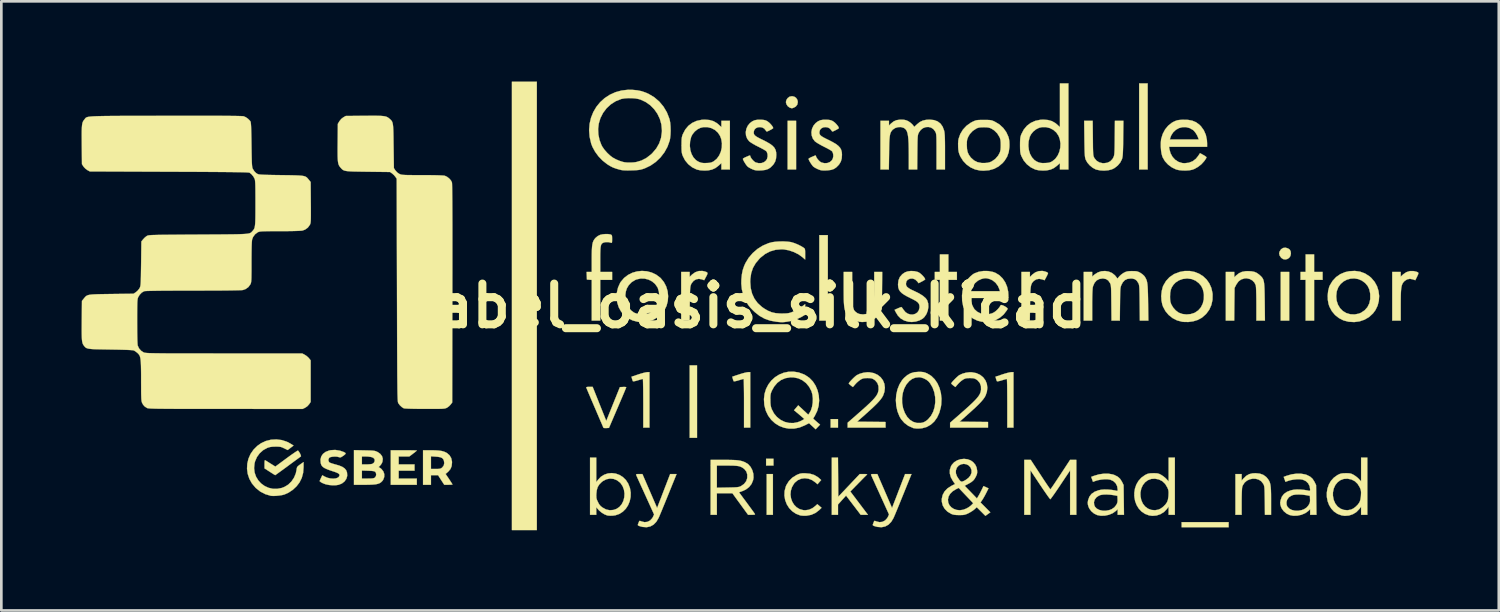
<source format=kicad_pcb>
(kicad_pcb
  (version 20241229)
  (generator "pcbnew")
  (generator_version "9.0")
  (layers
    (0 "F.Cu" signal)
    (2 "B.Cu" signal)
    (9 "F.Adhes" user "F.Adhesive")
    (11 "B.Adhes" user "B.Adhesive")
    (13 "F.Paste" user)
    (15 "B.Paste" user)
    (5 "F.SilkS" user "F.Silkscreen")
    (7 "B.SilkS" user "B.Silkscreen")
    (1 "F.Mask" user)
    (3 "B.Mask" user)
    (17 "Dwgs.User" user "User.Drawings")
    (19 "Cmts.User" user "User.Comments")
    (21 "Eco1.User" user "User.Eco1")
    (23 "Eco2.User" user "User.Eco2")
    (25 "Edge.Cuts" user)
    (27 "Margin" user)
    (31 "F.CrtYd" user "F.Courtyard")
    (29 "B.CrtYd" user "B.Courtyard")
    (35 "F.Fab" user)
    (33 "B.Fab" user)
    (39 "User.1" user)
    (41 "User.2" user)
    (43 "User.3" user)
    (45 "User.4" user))
  (footprint "label_oasis_silk_kicad"
    (layer "F.Cu")
    (at 25.001 8.387)
    (property "Reference" "label_oasis_silk_kicad" (at 0 0 0) (layer "F.SilkS") (effects (font (size 1.524 1.524) (thickness 0.3))))
    (attr through_hole)
    (fp_poly (pts (xy -7.98 8.382) (xy -8.911 8.382) (xy -8.911 -8.382) (xy -7.98 -8.382) (xy -7.98 8.382)) (stroke (width 0.01) (type solid)) (fill yes) (layer "F.SilkS"))
    (fp_poly (pts (xy -1.99 4.932) (xy -2.265 4.932) (xy -2.265 2.223) (xy -1.99 2.223) (xy -1.99 4.932)) (stroke (width 0.01) (type solid)) (fill yes) (layer "F.SilkS"))
    (fp_poly (pts (xy 0.847 7.811) (xy 0.614 7.811) (xy 0.614 6.287) (xy 0.847 6.287) (xy 0.847 7.811)) (stroke (width 0.01) (type solid)) (fill yes) (layer "F.SilkS"))
    (fp_poly (pts (xy 0.868 5.969) (xy 0.593 5.969) (xy 0.593 5.715) (xy 0.868 5.715) (xy 0.868 5.969)) (stroke (width 0.01) (type solid)) (fill yes) (layer "F.SilkS"))
    (fp_poly (pts (xy 1.714 -5.101) (xy 1.397 -5.101) (xy 1.397 -6.921) (xy 1.714 -6.921) (xy 1.714 -5.101)) (stroke (width 0.01) (type solid)) (fill yes) (layer "F.SilkS"))
    (fp_poly (pts (xy 2.9 0.55) (xy 2.582 0.55) (xy 2.582 -2.646) (xy 2.9 -2.646) (xy 2.9 0.55)) (stroke (width 0.01) (type solid)) (fill yes) (layer "F.SilkS"))
    (fp_poly (pts (xy 3.281 4.551) (xy 3.006 4.551) (xy 3.006 4.233) (xy 3.281 4.233) (xy 3.281 4.551)) (stroke (width 0.01) (type solid)) (fill yes) (layer "F.SilkS"))
    (fp_poly (pts (xy 14.859 -5.101) (xy 14.541 -5.101) (xy 14.541 -8.319) (xy 14.859 -8.319) (xy 14.859 -5.101)) (stroke (width 0.01) (type solid)) (fill yes) (layer "F.SilkS"))
    (fp_poly (pts (xy 17.886 8.276) (xy 16.129 8.276) (xy 16.129 8.086) (xy 17.886 8.086) (xy 17.886 8.276)) (stroke (width 0.01) (type solid)) (fill yes) (layer "F.SilkS"))
    (fp_poly (pts (xy 20.151 0.55) (xy 19.833 0.55) (xy 19.833 -1.27) (xy 20.151 -1.27) (xy 20.151 0.55)) (stroke (width 0.01) (type solid)) (fill yes) (layer "F.SilkS"))
    (fp_poly (pts (xy 7.408 -1.27) (xy 7.726 -1.27) (xy 7.726 -0.974) (xy 7.408 -0.974) (xy 7.408 0.55) (xy 7.091 0.55) (xy 7.091 -0.974) (xy 6.9 -0.974) (xy 6.9 -1.27) (xy 7.091 -1.27) (xy 7.091 -1.926) (xy 7.408 -1.926) (xy 7.408 -1.27)) (stroke (width 0.01) (type solid)) (fill yes) (layer "F.SilkS"))
    (fp_poly (pts (xy 21.082 -1.27) (xy 21.399 -1.27) (xy 21.399 -0.974) (xy 21.082 -0.974) (xy 21.082 0.55) (xy 20.765 0.55) (xy 20.765 -0.974) (xy 20.574 -0.974) (xy 20.574 -1.27) (xy 20.765 -1.27) (xy 20.765 -1.926) (xy 21.082 -1.926) (xy 21.082 -1.27)) (stroke (width 0.01) (type solid)) (fill yes) (layer "F.SilkS"))
    (fp_poly (pts (xy 20.104 -2.15) (xy 20.109 -2.148) (xy 20.173 -2.101) (xy 20.206 -2.035) (xy 20.214 -1.954) (xy 20.196 -1.866) (xy 20.148 -1.797) (xy 20.081 -1.753) (xy 20.003 -1.735) (xy 19.923 -1.75) (xy 19.854 -1.796) (xy 19.794 -1.879) (xy 19.775 -1.963) (xy 19.791 -2.033) (xy 19.845 -2.116) (xy 19.92 -2.165) (xy 20.009 -2.178) (xy 20.104 -2.15)) (stroke (width 0.01) (type solid)) (fill yes) (layer "F.SilkS"))
    (fp_poly (pts (xy 1.648 -7.822) (xy 1.718 -7.773) (xy 1.764 -7.7) (xy 1.778 -7.622) (xy 1.76 -7.528) (xy 1.705 -7.456) (xy 1.638 -7.417) (xy 1.583 -7.395) (xy 1.546 -7.391) (xy 1.503 -7.403) (xy 1.467 -7.418) (xy 1.402 -7.466) (xy 1.354 -7.538) (xy 1.334 -7.615) (xy 1.333 -7.62) (xy 1.352 -7.7) (xy 1.402 -7.773) (xy 1.471 -7.823) (xy 1.474 -7.824) (xy 1.564 -7.841) (xy 1.648 -7.822)) (stroke (width 0.01) (type solid)) (fill yes) (layer "F.SilkS"))
    (fp_poly (pts (xy -12.816 5.398) (xy -12.692 5.399) (xy -12.59 5.401) (xy -12.516 5.403) (xy -12.474 5.406) (xy -12.467 5.407) (xy -12.483 5.424) (xy -12.525 5.459) (xy -12.585 5.506) (xy -12.608 5.524) (xy -12.749 5.63) (xy -13.145 5.63) (xy -13.145 5.927) (xy -12.552 5.927) (xy -12.552 6.16) (xy -13.145 6.16) (xy -13.145 6.456) (xy -12.467 6.456) (xy -12.467 6.689) (xy -13.441 6.689) (xy -13.441 5.397) (xy -12.954 5.397) (xy -12.816 5.398)) (stroke (width 0.01) (type solid)) (fill yes) (layer "F.SilkS"))
    (fp_poly (pts (xy 3.291 7.135) (xy 4.094 6.287) (xy 4.243 6.287) (xy 4.313 6.289) (xy 4.359 6.294) (xy 4.372 6.302) (xy 4.371 6.303) (xy 4.35 6.322) (xy 4.305 6.367) (xy 4.239 6.432) (xy 4.159 6.514) (xy 4.068 6.607) (xy 4.046 6.629) (xy 3.742 6.939) (xy 4.071 7.375) (xy 4.4 7.811) (xy 4.13 7.811) (xy 3.582 7.092) (xy 3.431 7.259) (xy 3.281 7.426) (xy 3.281 7.811) (xy 3.048 7.811) (xy 3.048 5.673) (xy 3.28 5.673) (xy 3.291 7.135)) (stroke (width 0.01) (type solid)) (fill yes) (layer "F.SilkS"))
    (fp_poly (pts (xy -3.768 4.551) (xy -4 4.551) (xy -4 3.641) (xy -4.001 3.449) (xy -4.002 3.271) (xy -4.003 3.111) (xy -4.006 2.974) (xy -4.008 2.863) (xy -4.011 2.783) (xy -4.014 2.738) (xy -4.016 2.731) (xy -4.043 2.736) (xy -4.099 2.752) (xy -4.174 2.774) (xy -4.201 2.783) (xy -4.28 2.805) (xy -4.343 2.818) (xy -4.38 2.821) (xy -4.385 2.82) (xy -4.399 2.791) (xy -4.416 2.739) (xy -4.42 2.726) (xy -4.441 2.648) (xy -4.184 2.562) (xy -4.078 2.529) (xy -3.98 2.502) (xy -3.9 2.484) (xy -3.848 2.477) (xy -3.847 2.477) (xy -3.768 2.477) (xy -3.768 4.551)) (stroke (width 0.01) (type solid)) (fill yes) (layer "F.SilkS"))
    (fp_poly (pts (xy 0 4.551) (xy -0.233 4.551) (xy -0.233 3.641) (xy -0.233 3.449) (xy -0.234 3.271) (xy -0.236 3.111) (xy -0.238 2.974) (xy -0.24 2.863) (xy -0.243 2.783) (xy -0.247 2.738) (xy -0.249 2.731) (xy -0.275 2.736) (xy -0.331 2.752) (xy -0.407 2.774) (xy -0.434 2.783) (xy -0.513 2.805) (xy -0.576 2.818) (xy -0.612 2.821) (xy -0.617 2.82) (xy -0.631 2.791) (xy -0.649 2.739) (xy -0.652 2.726) (xy -0.673 2.648) (xy -0.416 2.562) (xy -0.311 2.529) (xy -0.212 2.502) (xy -0.132 2.484) (xy -0.08 2.477) (xy -0.079 2.477) (xy 0 2.477) (xy 0 4.551)) (stroke (width 0.01) (type solid)) (fill yes) (layer "F.SilkS"))
    (fp_poly (pts (xy 9.842 4.551) (xy 9.61 4.551) (xy 9.61 3.641) (xy 9.609 3.449) (xy 9.608 3.271) (xy 9.607 3.111) (xy 9.605 2.974) (xy 9.602 2.863) (xy 9.599 2.783) (xy 9.596 2.738) (xy 9.594 2.731) (xy 9.567 2.736) (xy 9.511 2.752) (xy 9.436 2.774) (xy 9.409 2.783) (xy 9.33 2.805) (xy 9.267 2.818) (xy 9.23 2.821) (xy 9.226 2.82) (xy 9.211 2.791) (xy 9.194 2.739) (xy 9.19 2.726) (xy 9.169 2.648) (xy 9.426 2.562) (xy 9.532 2.529) (xy 9.63 2.502) (xy 9.711 2.484) (xy 9.762 2.477) (xy 9.763 2.477) (xy 9.842 2.477) (xy 9.842 4.551)) (stroke (width 0.01) (type solid)) (fill yes) (layer "F.SilkS"))
    (fp_poly (pts (xy 24.842 -1.293) (xy 24.924 -1.272) (xy 24.969 -1.251) (xy 24.982 -1.22) (xy 24.967 -1.17) (xy 24.933 -1.097) (xy 24.865 -0.96) (xy 24.778 -0.991) (xy 24.665 -1.013) (xy 24.562 -0.993) (xy 24.468 -0.933) (xy 24.446 -0.911) (xy 24.412 -0.872) (xy 24.385 -0.828) (xy 24.364 -0.776) (xy 24.348 -0.71) (xy 24.336 -0.625) (xy 24.328 -0.517) (xy 24.323 -0.381) (xy 24.321 -0.211) (xy 24.32 -0.018) (xy 24.32 0.55) (xy 24.003 0.55) (xy 24.003 -1.27) (xy 24.32 -1.27) (xy 24.32 -1.095) (xy 24.413 -1.18) (xy 24.529 -1.26) (xy 24.659 -1.301) (xy 24.796 -1.302) (xy 24.842 -1.293)) (stroke (width 0.01) (type solid)) (fill yes) (layer "F.SilkS"))
    (fp_poly (pts (xy -1.714 -1.291) (xy -1.644 -1.269) (xy -1.606 -1.246) (xy -1.598 -1.213) (xy -1.616 -1.16) (xy -1.65 -1.095) (xy -1.722 -0.96) (xy -1.808 -0.992) (xy -1.921 -1.012) (xy -2.026 -0.992) (xy -2.118 -0.936) (xy -2.191 -0.846) (xy -2.215 -0.799) (xy -2.226 -0.769) (xy -2.235 -0.733) (xy -2.242 -0.686) (xy -2.248 -0.624) (xy -2.252 -0.54) (xy -2.255 -0.431) (xy -2.258 -0.29) (xy -2.26 -0.113) (xy -2.261 -0.079) (xy -2.268 0.55) (xy -2.582 0.55) (xy -2.582 -1.27) (xy -2.265 -1.27) (xy -2.265 -1.087) (xy -2.173 -1.175) (xy -2.057 -1.258) (xy -1.929 -1.303) (xy -1.792 -1.307) (xy -1.714 -1.291)) (stroke (width 0.01) (type solid)) (fill yes) (layer "F.SilkS"))
    (fp_poly (pts (xy 10.944 -1.304) (xy 11.024 -1.286) (xy 11.088 -1.262) (xy 11.127 -1.236) (xy 11.134 -1.222) (xy 11.124 -1.194) (xy 11.1 -1.141) (xy 11.069 -1.08) (xy 11.004 -0.959) (xy 10.915 -0.991) (xy 10.801 -1.012) (xy 10.696 -0.993) (xy 10.603 -0.934) (xy 10.592 -0.923) (xy 10.56 -0.888) (xy 10.534 -0.852) (xy 10.513 -0.809) (xy 10.497 -0.755) (xy 10.485 -0.684) (xy 10.477 -0.592) (xy 10.471 -0.474) (xy 10.466 -0.325) (xy 10.463 -0.141) (xy 10.462 -0.069) (xy 10.453 0.55) (xy 10.139 0.55) (xy 10.139 -1.27) (xy 10.456 -1.27) (xy 10.456 -1.081) (xy 10.548 -1.172) (xy 10.657 -1.253) (xy 10.782 -1.299) (xy 10.914 -1.308) (xy 10.944 -1.304)) (stroke (width 0.01) (type solid)) (fill yes) (layer "F.SilkS"))
    (fp_poly (pts (xy -5.638 3.664) (xy -5.383 4.301) (xy -5.129 3.669) (xy -4.874 3.037) (xy -4.755 3.031) (xy -4.691 3.03) (xy -4.648 3.035) (xy -4.636 3.042) (xy -4.645 3.064) (xy -4.668 3.121) (xy -4.704 3.209) (xy -4.752 3.322) (xy -4.809 3.457) (xy -4.874 3.609) (xy -4.945 3.775) (xy -4.96 3.81) (xy -5.282 4.561) (xy -5.38 4.568) (xy -5.44 4.568) (xy -5.481 4.562) (xy -5.489 4.557) (xy -5.498 4.536) (xy -5.522 4.481) (xy -5.558 4.397) (xy -5.604 4.29) (xy -5.658 4.165) (xy -5.717 4.026) (xy -5.78 3.88) (xy -5.844 3.731) (xy -5.907 3.584) (xy -5.966 3.445) (xy -6.02 3.318) (xy -6.066 3.21) (xy -6.102 3.124) (xy -6.126 3.067) (xy -6.132 3.053) (xy -6.126 3.038) (xy -6.088 3.029) (xy -6.018 3.027) (xy -5.892 3.027) (xy -5.638 3.664)) (stroke (width 0.01) (type solid)) (fill yes) (layer "F.SilkS"))
    (fp_poly (pts (xy 12.192 7.811) (xy 11.959 7.811) (xy 11.959 6.149) (xy 11.599 6.689) (xy 11.509 6.823) (xy 11.426 6.945) (xy 11.353 7.05) (xy 11.292 7.135) (xy 11.248 7.195) (xy 11.223 7.225) (xy 11.218 7.228) (xy 11.202 7.211) (xy 11.165 7.163) (xy 11.111 7.089) (xy 11.043 6.991) (xy 10.963 6.876) (xy 10.876 6.746) (xy 10.837 6.689) (xy 10.478 6.149) (xy 10.478 6.98) (xy 10.477 7.811) (xy 10.245 7.811) (xy 10.245 5.757) (xy 10.488 5.758) (xy 10.848 6.308) (xy 10.937 6.444) (xy 11.019 6.567) (xy 11.091 6.674) (xy 11.15 6.761) (xy 11.193 6.822) (xy 11.217 6.854) (xy 11.221 6.858) (xy 11.236 6.841) (xy 11.271 6.793) (xy 11.323 6.718) (xy 11.389 6.62) (xy 11.467 6.503) (xy 11.553 6.373) (xy 11.597 6.308) (xy 11.958 5.757) (xy 12.192 5.757) (xy 12.192 7.811)) (stroke (width 0.01) (type solid)) (fill yes) (layer "F.SilkS"))
    (fp_poly (pts (xy -16.884 5.437) (xy -16.853 5.485) (xy -16.823 5.541) (xy -16.803 5.591) (xy -16.797 5.623) (xy -16.8 5.627) (xy -16.822 5.643) (xy -16.873 5.68) (xy -16.949 5.736) (xy -17.046 5.807) (xy -17.158 5.889) (xy -17.281 5.98) (xy -17.287 5.985) (xy -17.41 6.075) (xy -17.521 6.156) (xy -17.616 6.225) (xy -17.691 6.279) (xy -17.741 6.315) (xy -17.761 6.328) (xy -17.762 6.328) (xy -17.781 6.317) (xy -17.829 6.288) (xy -17.897 6.245) (xy -17.965 6.201) (xy -18.161 6.075) (xy -18.161 5.915) (xy -18.159 5.832) (xy -18.154 5.785) (xy -18.143 5.769) (xy -18.135 5.771) (xy -18.106 5.789) (xy -18.051 5.823) (xy -17.978 5.869) (xy -17.932 5.898) (xy -17.756 6.008) (xy -17.343 5.703) (xy -17.227 5.618) (xy -17.123 5.544) (xy -17.034 5.483) (xy -16.965 5.438) (xy -16.923 5.413) (xy -16.91 5.409) (xy -16.884 5.437)) (stroke (width 0.01) (type solid)) (fill yes) (layer "F.SilkS"))
    (fp_poly (pts (xy 18.734 -1.294) (xy 18.844 -1.274) (xy 18.936 -1.235) (xy 19.023 -1.173) (xy 19.046 -1.153) (xy 19.092 -1.111) (xy 19.129 -1.072) (xy 19.158 -1.03) (xy 19.182 -0.982) (xy 19.199 -0.922) (xy 19.212 -0.846) (xy 19.221 -0.75) (xy 19.227 -0.628) (xy 19.231 -0.476) (xy 19.234 -0.289) (xy 19.236 -0.153) (xy 19.243 0.55) (xy 18.923 0.55) (xy 18.923 -0.069) (xy 18.922 -0.265) (xy 18.919 -0.435) (xy 18.915 -0.575) (xy 18.91 -0.682) (xy 18.903 -0.751) (xy 18.9 -0.772) (xy 18.851 -0.871) (xy 18.772 -0.952) (xy 18.672 -1.007) (xy 18.56 -1.031) (xy 18.481 -1.027) (xy 18.357 -0.989) (xy 18.258 -0.918) (xy 18.181 -0.811) (xy 18.172 -0.795) (xy 18.108 -0.67) (xy 18.101 -0.06) (xy 18.095 0.55) (xy 17.78 0.55) (xy 17.78 -1.27) (xy 18.098 -1.27) (xy 18.098 -1.071) (xy 18.166 -1.137) (xy 18.273 -1.221) (xy 18.386 -1.273) (xy 18.518 -1.297) (xy 18.595 -1.3) (xy 18.734 -1.294)) (stroke (width 0.01) (type solid)) (fill yes) (layer "F.SilkS"))
    (fp_poly (pts (xy -5.317 -2.685) (xy -5.234 -2.673) (xy -5.219 -2.668) (xy -5.191 -2.654) (xy -5.174 -2.633) (xy -5.167 -2.594) (xy -5.165 -2.527) (xy -5.165 -2.496) (xy -5.166 -2.418) (xy -5.17 -2.374) (xy -5.18 -2.357) (xy -5.198 -2.359) (xy -5.202 -2.36) (xy -5.301 -2.384) (xy -5.408 -2.384) (xy -5.471 -2.371) (xy -5.512 -2.354) (xy -5.544 -2.332) (xy -5.568 -2.299) (xy -5.585 -2.25) (xy -5.597 -2.18) (xy -5.604 -2.085) (xy -5.608 -1.959) (xy -5.609 -1.796) (xy -5.609 -1.736) (xy -5.609 -1.27) (xy -5.165 -1.27) (xy -5.165 -0.974) (xy -5.609 -0.974) (xy -5.609 0.55) (xy -5.927 0.55) (xy -5.927 -0.971) (xy -6.017 -0.978) (xy -6.107 -0.984) (xy -6.119 -1.27) (xy -5.927 -1.27) (xy -5.927 -1.753) (xy -5.926 -1.94) (xy -5.922 -2.09) (xy -5.915 -2.209) (xy -5.902 -2.303) (xy -5.885 -2.377) (xy -5.86 -2.438) (xy -5.828 -2.49) (xy -5.787 -2.54) (xy -5.705 -2.609) (xy -5.615 -2.655) (xy -5.524 -2.676) (xy -5.42 -2.686) (xy -5.317 -2.685)) (stroke (width 0.01) (type solid)) (fill yes) (layer "F.SilkS"))
    (fp_poly (pts (xy 19.048 6.27) (xy 19.178 6.315) (xy 19.285 6.392) (xy 19.34 6.454) (xy 19.379 6.507) (xy 19.409 6.56) (xy 19.432 6.62) (xy 19.449 6.691) (xy 19.46 6.78) (xy 19.468 6.891) (xy 19.472 7.032) (xy 19.473 7.206) (xy 19.473 7.285) (xy 19.473 7.811) (xy 19.243 7.811) (xy 19.237 7.276) (xy 19.234 7.112) (xy 19.232 6.984) (xy 19.229 6.887) (xy 19.225 6.815) (xy 19.219 6.763) (xy 19.211 6.724) (xy 19.2 6.693) (xy 19.186 6.664) (xy 19.177 6.648) (xy 19.104 6.556) (xy 19.01 6.495) (xy 18.902 6.464) (xy 18.788 6.46) (xy 18.675 6.484) (xy 18.571 6.533) (xy 18.483 6.608) (xy 18.418 6.706) (xy 18.395 6.767) (xy 18.388 6.813) (xy 18.383 6.893) (xy 18.378 7.002) (xy 18.375 7.133) (xy 18.373 7.278) (xy 18.373 7.329) (xy 18.373 7.811) (xy 18.14 7.811) (xy 18.14 6.287) (xy 18.373 6.287) (xy 18.373 6.53) (xy 18.452 6.441) (xy 18.549 6.35) (xy 18.654 6.291) (xy 18.776 6.261) (xy 18.891 6.255) (xy 19.048 6.27)) (stroke (width 0.01) (type solid)) (fill yes) (layer "F.SilkS"))
    (fp_poly (pts (xy 3.81 -0.66) (xy 3.811 -0.456) (xy 3.813 -0.29) (xy 3.818 -0.156) (xy 3.825 -0.051) (xy 3.837 0.031) (xy 3.852 0.093) (xy 3.873 0.142) (xy 3.899 0.182) (xy 3.931 0.216) (xy 4.007 0.273) (xy 4.093 0.305) (xy 4.203 0.317) (xy 4.229 0.317) (xy 4.354 0.3) (xy 4.46 0.254) (xy 4.539 0.181) (xy 4.556 0.156) (xy 4.579 0.1) (xy 4.598 0.018) (xy 4.613 -0.091) (xy 4.624 -0.231) (xy 4.631 -0.406) (xy 4.635 -0.619) (xy 4.635 -0.767) (xy 4.636 -1.27) (xy 4.934 -1.27) (xy 4.921 0.116) (xy 4.861 0.239) (xy 4.775 0.368) (xy 4.659 0.471) (xy 4.519 0.546) (xy 4.359 0.591) (xy 4.185 0.603) (xy 4.074 0.593) (xy 3.934 0.555) (xy 3.8 0.487) (xy 3.684 0.395) (xy 3.597 0.288) (xy 3.578 0.255) (xy 3.554 0.203) (xy 3.535 0.145) (xy 3.521 0.077) (xy 3.51 -0.007) (xy 3.502 -0.11) (xy 3.496 -0.24) (xy 3.494 -0.4) (xy 3.493 -0.596) (xy 3.493 -0.657) (xy 3.493 -1.27) (xy 3.81 -1.27) (xy 3.81 -0.66)) (stroke (width 0.01) (type solid)) (fill yes) (layer "F.SilkS"))
    (fp_poly (pts (xy -11.78 5.4) (xy -11.644 5.409) (xy -11.535 5.425) (xy -11.446 5.45) (xy -11.369 5.485) (xy -11.345 5.499) (xy -11.245 5.584) (xy -11.181 5.69) (xy -11.152 5.819) (xy -11.151 5.859) (xy -11.165 5.992) (xy -11.21 6.101) (xy -11.289 6.195) (xy -11.304 6.208) (xy -11.391 6.283) (xy -11.262 6.474) (xy -11.21 6.553) (xy -11.168 6.618) (xy -11.141 6.662) (xy -11.134 6.677) (xy -11.153 6.683) (xy -11.204 6.687) (xy -11.277 6.688) (xy -11.287 6.688) (xy -11.441 6.688) (xy -11.557 6.509) (xy -11.673 6.329) (xy -11.806 6.329) (xy -11.938 6.329) (xy -11.938 6.689) (xy -12.234 6.689) (xy -12.234 6.096) (xy -11.938 6.096) (xy -11.76 6.096) (xy -11.669 6.095) (xy -11.609 6.089) (xy -11.567 6.076) (xy -11.532 6.054) (xy -11.519 6.043) (xy -11.46 5.969) (xy -11.441 5.879) (xy -11.453 5.791) (xy -11.479 5.73) (xy -11.522 5.687) (xy -11.588 5.658) (xy -11.685 5.642) (xy -11.758 5.636) (xy -11.938 5.624) (xy -11.938 6.096) (xy -12.234 6.096) (xy -12.234 5.397) (xy -11.951 5.397) (xy -11.78 5.4)) (stroke (width 0.01) (type solid)) (fill yes) (layer "F.SilkS"))
    (fp_poly (pts (xy -3.061 7.043) (xy -3.132 7.218) (xy -3.2 7.385) (xy -3.264 7.54) (xy -3.32 7.677) (xy -3.368 7.791) (xy -3.404 7.876) (xy -3.427 7.928) (xy -3.428 7.93) (xy -3.513 8.074) (xy -3.616 8.179) (xy -3.736 8.246) (xy -3.873 8.275) (xy -4.026 8.264) (xy -4.113 8.242) (xy -4.175 8.22) (xy -4.201 8.2) (xy -4.202 8.176) (xy -4.201 8.174) (xy -4.183 8.127) (xy -4.166 8.082) (xy -4.151 8.047) (xy -4.131 8.036) (xy -4.093 8.048) (xy -4.068 8.058) (xy -3.953 8.086) (xy -3.844 8.074) (xy -3.746 8.024) (xy -3.667 7.94) (xy -3.631 7.877) (xy -3.596 7.798) (xy -3.927 7.069) (xy -4.002 6.904) (xy -4.072 6.751) (xy -4.134 6.614) (xy -4.187 6.497) (xy -4.228 6.406) (xy -4.256 6.343) (xy -4.269 6.314) (xy -4.27 6.313) (xy -4.263 6.297) (xy -4.225 6.289) (xy -4.156 6.287) (xy -4.032 6.287) (xy -3.483 7.555) (xy -3.408 7.36) (xy -3.377 7.28) (xy -3.334 7.17) (xy -3.284 7.039) (xy -3.23 6.897) (xy -3.175 6.754) (xy -3.164 6.726) (xy -2.995 6.287) (xy -2.755 6.287) (xy -3.061 7.043)) (stroke (width 0.01) (type solid)) (fill yes) (layer "F.SilkS"))
    (fp_poly (pts (xy 5.723 7.043) (xy 5.652 7.218) (xy 5.584 7.385) (xy 5.521 7.54) (xy 5.464 7.677) (xy 5.417 7.791) (xy 5.38 7.876) (xy 5.358 7.928) (xy 5.357 7.93) (xy 5.271 8.074) (xy 5.168 8.179) (xy 5.048 8.246) (xy 4.911 8.275) (xy 4.758 8.264) (xy 4.671 8.242) (xy 4.61 8.22) (xy 4.583 8.2) (xy 4.582 8.176) (xy 4.583 8.174) (xy 4.601 8.127) (xy 4.618 8.082) (xy 4.633 8.047) (xy 4.653 8.036) (xy 4.691 8.048) (xy 4.716 8.058) (xy 4.831 8.086) (xy 4.94 8.074) (xy 5.038 8.024) (xy 5.117 7.94) (xy 5.153 7.877) (xy 5.188 7.798) (xy 4.857 7.069) (xy 4.782 6.904) (xy 4.712 6.751) (xy 4.65 6.614) (xy 4.597 6.497) (xy 4.556 6.406) (xy 4.528 6.343) (xy 4.515 6.314) (xy 4.515 6.313) (xy 4.521 6.297) (xy 4.559 6.289) (xy 4.628 6.287) (xy 4.752 6.287) (xy 5.027 6.921) (xy 5.301 7.555) (xy 5.376 7.36) (xy 5.407 7.28) (xy 5.45 7.17) (xy 5.5 7.039) (xy 5.554 6.897) (xy 5.61 6.754) (xy 5.62 6.726) (xy 5.789 6.287) (xy 6.029 6.287) (xy 5.723 7.043)) (stroke (width 0.01) (type solid)) (fill yes) (layer "F.SilkS"))
    (fp_poly (pts (xy 2.053 6.258) (xy 2.234 6.274) (xy 2.388 6.32) (xy 2.522 6.398) (xy 2.563 6.431) (xy 2.652 6.511) (xy 2.583 6.589) (xy 2.514 6.668) (xy 2.442 6.604) (xy 2.313 6.514) (xy 2.176 6.461) (xy 2.037 6.443) (xy 1.902 6.462) (xy 1.778 6.516) (xy 1.669 6.606) (xy 1.637 6.644) (xy 1.56 6.775) (xy 1.517 6.913) (xy 1.505 7.054) (xy 1.524 7.192) (xy 1.569 7.321) (xy 1.639 7.435) (xy 1.732 7.529) (xy 1.845 7.598) (xy 1.976 7.635) (xy 2.052 7.641) (xy 2.196 7.621) (xy 2.328 7.561) (xy 2.426 7.487) (xy 2.508 7.413) (xy 2.587 7.481) (xy 2.666 7.549) (xy 2.576 7.636) (xy 2.441 7.74) (xy 2.284 7.81) (xy 2.114 7.843) (xy 2.086 7.845) (xy 2 7.846) (xy 1.921 7.841) (xy 1.871 7.834) (xy 1.709 7.772) (xy 1.569 7.677) (xy 1.453 7.557) (xy 1.364 7.415) (xy 1.305 7.258) (xy 1.277 7.092) (xy 1.284 6.922) (xy 1.329 6.753) (xy 1.351 6.701) (xy 1.446 6.549) (xy 1.573 6.422) (xy 1.728 6.325) (xy 1.736 6.321) (xy 1.812 6.288) (xy 1.877 6.268) (xy 1.947 6.259) (xy 2.039 6.258) (xy 2.053 6.258)) (stroke (width 0.01) (type solid)) (fill yes) (layer "F.SilkS"))
    (fp_poly (pts (xy 4.455 2.482) (xy 4.62 2.513) (xy 4.761 2.577) (xy 4.876 2.668) (xy 4.961 2.782) (xy 5.015 2.914) (xy 5.034 3.06) (xy 5.016 3.214) (xy 4.968 3.351) (xy 4.93 3.42) (xy 4.875 3.497) (xy 4.8 3.585) (xy 4.701 3.688) (xy 4.576 3.809) (xy 4.421 3.95) (xy 4.323 4.038) (xy 3.995 4.329) (xy 4.527 4.334) (xy 5.059 4.34) (xy 5.059 4.551) (xy 3.641 4.551) (xy 3.641 4.368) (xy 4.038 4.021) (xy 4.215 3.865) (xy 4.362 3.732) (xy 4.482 3.619) (xy 4.578 3.523) (xy 4.652 3.441) (xy 4.708 3.369) (xy 4.747 3.304) (xy 4.774 3.243) (xy 4.79 3.182) (xy 4.798 3.127) (xy 4.793 2.995) (xy 4.751 2.881) (xy 4.673 2.788) (xy 4.634 2.758) (xy 4.58 2.727) (xy 4.53 2.709) (xy 4.467 2.701) (xy 4.383 2.699) (xy 4.292 2.701) (xy 4.226 2.711) (xy 4.17 2.732) (xy 4.125 2.757) (xy 4.057 2.805) (xy 3.982 2.871) (xy 3.932 2.924) (xy 3.837 3.034) (xy 3.76 2.975) (xy 3.714 2.936) (xy 3.686 2.907) (xy 3.683 2.899) (xy 3.698 2.872) (xy 3.736 2.824) (xy 3.79 2.766) (xy 3.851 2.704) (xy 3.912 2.647) (xy 3.965 2.603) (xy 3.984 2.59) (xy 4.1 2.535) (xy 4.237 2.497) (xy 4.379 2.48) (xy 4.455 2.482)) (stroke (width 0.01) (type solid)) (fill yes) (layer "F.SilkS"))
    (fp_poly (pts (xy 8.286 2.482) (xy 8.451 2.513) (xy 8.592 2.577) (xy 8.707 2.668) (xy 8.792 2.782) (xy 8.846 2.914) (xy 8.865 3.06) (xy 8.847 3.214) (xy 8.799 3.351) (xy 8.761 3.42) (xy 8.706 3.497) (xy 8.631 3.585) (xy 8.532 3.688) (xy 8.407 3.809) (xy 8.252 3.95) (xy 8.154 4.038) (xy 7.827 4.329) (xy 8.358 4.334) (xy 8.89 4.34) (xy 8.89 4.551) (xy 7.472 4.551) (xy 7.472 4.368) (xy 7.869 4.021) (xy 8.046 3.865) (xy 8.193 3.732) (xy 8.313 3.619) (xy 8.409 3.523) (xy 8.483 3.441) (xy 8.539 3.369) (xy 8.578 3.304) (xy 8.605 3.243) (xy 8.621 3.182) (xy 8.629 3.127) (xy 8.625 2.995) (xy 8.582 2.881) (xy 8.504 2.788) (xy 8.465 2.758) (xy 8.411 2.727) (xy 8.361 2.709) (xy 8.298 2.701) (xy 8.214 2.699) (xy 8.123 2.701) (xy 8.057 2.711) (xy 8.001 2.732) (xy 7.956 2.757) (xy 7.888 2.805) (xy 7.813 2.871) (xy 7.763 2.924) (xy 7.668 3.034) (xy 7.591 2.975) (xy 7.545 2.936) (xy 7.518 2.907) (xy 7.514 2.899) (xy 7.529 2.872) (xy 7.567 2.824) (xy 7.621 2.766) (xy 7.682 2.704) (xy 7.744 2.647) (xy 7.796 2.603) (xy 7.815 2.59) (xy 7.931 2.535) (xy 8.068 2.497) (xy 8.21 2.48) (xy 8.286 2.482)) (stroke (width 0.01) (type solid)) (fill yes) (layer "F.SilkS"))
    (fp_poly (pts (xy 12.81 -6.271) (xy 12.812 -6.088) (xy 12.813 -5.942) (xy 12.816 -5.828) (xy 12.819 -5.742) (xy 12.823 -5.678) (xy 12.829 -5.631) (xy 12.837 -5.595) (xy 12.847 -5.567) (xy 12.86 -5.541) (xy 12.869 -5.524) (xy 12.945 -5.431) (xy 13.047 -5.367) (xy 13.17 -5.336) (xy 13.219 -5.334) (xy 13.35 -5.352) (xy 13.458 -5.404) (xy 13.541 -5.489) (xy 13.568 -5.535) (xy 13.583 -5.566) (xy 13.595 -5.596) (xy 13.604 -5.629) (xy 13.611 -5.671) (xy 13.616 -5.727) (xy 13.62 -5.803) (xy 13.623 -5.903) (xy 13.625 -6.034) (xy 13.627 -6.198) (xy 13.627 -6.281) (xy 13.634 -6.921) (xy 13.952 -6.921) (xy 13.944 -6.26) (xy 13.942 -6.071) (xy 13.939 -5.919) (xy 13.935 -5.798) (xy 13.931 -5.705) (xy 13.926 -5.633) (xy 13.919 -5.578) (xy 13.911 -5.533) (xy 13.9 -5.495) (xy 13.896 -5.482) (xy 13.833 -5.359) (xy 13.738 -5.247) (xy 13.622 -5.156) (xy 13.519 -5.104) (xy 13.387 -5.071) (xy 13.235 -5.058) (xy 13.083 -5.066) (xy 12.945 -5.094) (xy 12.912 -5.105) (xy 12.8 -5.166) (xy 12.693 -5.254) (xy 12.603 -5.358) (xy 12.543 -5.466) (xy 12.541 -5.472) (xy 12.53 -5.506) (xy 12.521 -5.545) (xy 12.513 -5.594) (xy 12.508 -5.658) (xy 12.503 -5.743) (xy 12.5 -5.853) (xy 12.497 -5.992) (xy 12.494 -6.168) (xy 12.493 -6.249) (xy 12.485 -6.921) (xy 12.803 -6.921) (xy 12.81 -6.271)) (stroke (width 0.01) (type solid)) (fill yes) (layer "F.SilkS"))
    (fp_poly (pts (xy -0.979 5.758) (xy -0.8 5.758) (xy -0.656 5.761) (xy -0.541 5.766) (xy -0.449 5.775) (xy -0.371 5.788) (xy -0.303 5.806) (xy -0.236 5.829) (xy -0.188 5.85) (xy -0.077 5.919) (xy 0.013 6.02) (xy 0.078 6.142) (xy 0.116 6.278) (xy 0.122 6.42) (xy 0.108 6.511) (xy 0.051 6.652) (xy -0.041 6.771) (xy -0.165 6.866) (xy -0.314 6.933) (xy -0.421 6.968) (xy -0.278 7.162) (xy -0.154 7.329) (xy -0.053 7.466) (xy 0.026 7.574) (xy 0.087 7.657) (xy 0.13 7.717) (xy 0.159 7.757) (xy 0.174 7.78) (xy 0.177 7.784) (xy 0.176 7.799) (xy 0.145 7.807) (xy 0.08 7.81) (xy 0.056 7.811) (xy -0.081 7.811) (xy -0.667 7.006) (xy -0.958 7.006) (xy -1.249 7.006) (xy -1.249 7.811) (xy -1.482 7.811) (xy -1.482 6.798) (xy -1.249 6.798) (xy -0.841 6.791) (xy -0.698 6.788) (xy -0.59 6.785) (xy -0.51 6.78) (xy -0.453 6.773) (xy -0.41 6.764) (xy -0.375 6.751) (xy -0.347 6.738) (xy -0.231 6.656) (xy -0.153 6.556) (xy -0.113 6.438) (xy -0.112 6.304) (xy -0.112 6.303) (xy -0.145 6.197) (xy -0.213 6.108) (xy -0.275 6.059) (xy -0.325 6.029) (xy -0.379 6.006) (xy -0.444 5.989) (xy -0.527 5.979) (xy -0.633 5.972) (xy -0.771 5.97) (xy -0.873 5.969) (xy -1.249 5.969) (xy -1.249 6.798) (xy -1.482 6.798) (xy -1.482 5.757) (xy -0.979 5.758)) (stroke (width 0.01) (type solid)) (fill yes) (layer "F.SilkS"))
    (fp_poly (pts (xy -5.757 6.591) (xy -5.693 6.504) (xy -5.586 6.39) (xy -5.46 6.311) (xy -5.322 6.264) (xy -5.178 6.251) (xy -5.032 6.269) (xy -4.892 6.319) (xy -4.763 6.399) (xy -4.65 6.509) (xy -4.562 6.645) (xy -4.498 6.81) (xy -4.469 6.979) (xy -4.473 7.145) (xy -4.507 7.306) (xy -4.568 7.454) (xy -4.654 7.585) (xy -4.764 7.695) (xy -4.893 7.778) (xy -5.041 7.829) (xy -5.14 7.843) (xy -5.225 7.845) (xy -5.302 7.841) (xy -5.348 7.834) (xy -5.454 7.792) (xy -5.563 7.724) (xy -5.659 7.641) (xy -5.681 7.616) (xy -5.757 7.528) (xy -5.757 7.811) (xy -5.99 7.811) (xy -5.99 7.112) (xy -5.756 7.112) (xy -5.752 7.178) (xy -5.739 7.234) (xy -5.713 7.296) (xy -5.708 7.306) (xy -5.667 7.388) (xy -5.63 7.444) (xy -5.587 7.489) (xy -5.527 7.537) (xy -5.524 7.539) (xy -5.395 7.609) (xy -5.258 7.64) (xy -5.116 7.629) (xy -5.002 7.59) (xy -4.892 7.516) (xy -4.806 7.415) (xy -4.745 7.293) (xy -4.71 7.157) (xy -4.702 7.016) (xy -4.722 6.875) (xy -4.771 6.743) (xy -4.849 6.627) (xy -4.87 6.606) (xy -4.985 6.518) (xy -5.113 6.468) (xy -5.247 6.456) (xy -5.38 6.483) (xy -5.507 6.549) (xy -5.558 6.589) (xy -5.646 6.679) (xy -5.704 6.775) (xy -5.738 6.888) (xy -5.753 7.02) (xy -5.756 7.112) (xy -5.99 7.112) (xy -5.99 5.673) (xy -5.757 5.673) (xy -5.757 6.591)) (stroke (width 0.01) (type solid)) (fill yes) (layer "F.SilkS"))
    (fp_poly (pts (xy 22.801 -1.281) (xy 22.983 -1.214) (xy 23.149 -1.108) (xy 23.221 -1.045) (xy 23.345 -0.899) (xy 23.435 -0.735) (xy 23.491 -0.557) (xy 23.514 -0.372) (xy 23.502 -0.187) (xy 23.456 -0.008) (xy 23.374 0.16) (xy 23.284 0.281) (xy 23.137 0.416) (xy 22.968 0.515) (xy 22.781 0.579) (xy 22.579 0.605) (xy 22.367 0.592) (xy 22.366 0.591) (xy 22.18 0.543) (xy 22.012 0.457) (xy 21.865 0.341) (xy 21.744 0.196) (xy 21.655 0.029) (xy 21.621 -0.072) (xy 21.594 -0.227) (xy 21.591 -0.359) (xy 21.909 -0.359) (xy 21.925 -0.194) (xy 21.974 -0.045) (xy 22.052 0.085) (xy 22.157 0.191) (xy 22.285 0.268) (xy 22.434 0.312) (xy 22.441 0.313) (xy 22.602 0.319) (xy 22.754 0.289) (xy 22.836 0.256) (xy 22.972 0.164) (xy 23.076 0.047) (xy 23.146 -0.094) (xy 23.181 -0.256) (xy 23.18 -0.438) (xy 23.175 -0.482) (xy 23.142 -0.625) (xy 23.085 -0.743) (xy 22.997 -0.848) (xy 22.994 -0.851) (xy 22.869 -0.945) (xy 22.732 -1.003) (xy 22.589 -1.027) (xy 22.446 -1.019) (xy 22.308 -0.981) (xy 22.181 -0.913) (xy 22.073 -0.819) (xy 21.988 -0.7) (xy 21.933 -0.558) (xy 21.927 -0.533) (xy 21.909 -0.359) (xy 21.591 -0.359) (xy 21.59 -0.395) (xy 21.607 -0.56) (xy 21.645 -0.709) (xy 21.668 -0.764) (xy 21.771 -0.935) (xy 21.903 -1.077) (xy 22.061 -1.187) (xy 22.242 -1.263) (xy 22.392 -1.296) (xy 22.603 -1.308) (xy 22.801 -1.281)) (stroke (width 0.01) (type solid)) (fill yes) (layer "F.SilkS"))
    (fp_poly (pts (xy -3.866 -1.295) (xy -3.687 -1.248) (xy -3.519 -1.169) (xy -3.368 -1.056) (xy -3.347 -1.036) (xy -3.229 -0.891) (xy -3.143 -0.727) (xy -3.09 -0.55) (xy -3.07 -0.366) (xy -3.083 -0.182) (xy -3.129 -0.004) (xy -3.209 0.16) (xy -3.305 0.286) (xy -3.458 0.423) (xy -3.63 0.522) (xy -3.819 0.583) (xy -4.023 0.606) (xy -4.218 0.592) (xy -4.401 0.543) (xy -4.572 0.457) (xy -4.722 0.338) (xy -4.827 0.216) (xy -4.916 0.056) (xy -4.973 -0.122) (xy -4.996 -0.31) (xy -4.992 -0.394) (xy -4.67 -0.394) (xy -4.667 -0.249) (xy -4.642 -0.116) (xy -4.618 -0.053) (xy -4.548 0.064) (xy -4.456 0.168) (xy -4.352 0.246) (xy -4.335 0.256) (xy -4.205 0.302) (xy -4.058 0.32) (xy -3.908 0.309) (xy -3.768 0.271) (xy -3.765 0.269) (xy -3.665 0.211) (xy -3.568 0.125) (xy -3.49 0.025) (xy -3.482 0.012) (xy -3.434 -0.102) (xy -3.408 -0.24) (xy -3.402 -0.389) (xy -3.418 -0.534) (xy -3.455 -0.662) (xy -3.47 -0.696) (xy -3.557 -0.819) (xy -3.67 -0.915) (xy -3.804 -0.983) (xy -3.95 -1.02) (xy -4.101 -1.023) (xy -4.25 -0.99) (xy -4.297 -0.971) (xy -4.434 -0.888) (xy -4.541 -0.777) (xy -4.613 -0.656) (xy -4.652 -0.535) (xy -4.67 -0.394) (xy -4.992 -0.394) (xy -4.987 -0.501) (xy -4.944 -0.685) (xy -4.868 -0.855) (xy -4.838 -0.903) (xy -4.717 -1.045) (xy -4.572 -1.157) (xy -4.409 -1.239) (xy -4.233 -1.289) (xy -4.05 -1.308) (xy -3.866 -1.295)) (stroke (width 0.01) (type solid)) (fill yes) (layer "F.SilkS"))
    (fp_poly (pts (xy 15.875 7.811) (xy 15.642 7.811) (xy 15.642 7.506) (xy 15.579 7.591) (xy 15.471 7.705) (xy 15.338 7.787) (xy 15.19 7.837) (xy 15.034 7.85) (xy 14.912 7.833) (xy 14.759 7.776) (xy 14.63 7.689) (xy 14.525 7.577) (xy 14.445 7.446) (xy 14.39 7.301) (xy 14.362 7.146) (xy 14.361 7.101) (xy 14.589 7.101) (xy 14.619 7.258) (xy 14.679 7.393) (xy 14.765 7.502) (xy 14.872 7.581) (xy 14.997 7.628) (xy 15.134 7.64) (xy 15.265 7.616) (xy 15.351 7.575) (xy 15.442 7.507) (xy 15.523 7.425) (xy 15.583 7.338) (xy 15.583 7.337) (xy 15.615 7.251) (xy 15.633 7.138) (xy 15.638 7.077) (xy 15.641 6.984) (xy 15.637 6.916) (xy 15.623 6.858) (xy 15.596 6.794) (xy 15.595 6.791) (xy 15.513 6.655) (xy 15.407 6.554) (xy 15.278 6.489) (xy 15.131 6.46) (xy 14.994 6.469) (xy 14.87 6.515) (xy 14.764 6.593) (xy 14.68 6.698) (xy 14.62 6.826) (xy 14.59 6.973) (xy 14.589 7.101) (xy 14.361 7.101) (xy 14.359 6.988) (xy 14.383 6.832) (xy 14.434 6.682) (xy 14.513 6.545) (xy 14.62 6.425) (xy 14.756 6.327) (xy 14.779 6.315) (xy 14.843 6.284) (xy 14.903 6.267) (xy 14.973 6.258) (xy 15.071 6.256) (xy 15.071 6.256) (xy 15.165 6.257) (xy 15.232 6.264) (xy 15.288 6.28) (xy 15.346 6.308) (xy 15.363 6.317) (xy 15.443 6.37) (xy 15.523 6.435) (xy 15.558 6.47) (xy 15.642 6.561) (xy 15.642 5.673) (xy 15.875 5.673) (xy 15.875 7.811)) (stroke (width 0.01) (type solid)) (fill yes) (layer "F.SilkS"))
    (fp_poly (pts (xy 23.072 7.811) (xy 22.839 7.811) (xy 22.839 7.506) (xy 22.776 7.591) (xy 22.667 7.705) (xy 22.535 7.787) (xy 22.387 7.837) (xy 22.23 7.85) (xy 22.109 7.833) (xy 21.955 7.776) (xy 21.826 7.689) (xy 21.722 7.577) (xy 21.642 7.446) (xy 21.587 7.301) (xy 21.558 7.146) (xy 21.557 7.101) (xy 21.786 7.101) (xy 21.816 7.258) (xy 21.876 7.393) (xy 21.962 7.502) (xy 22.069 7.581) (xy 22.194 7.628) (xy 22.331 7.64) (xy 22.462 7.616) (xy 22.548 7.575) (xy 22.638 7.507) (xy 22.72 7.425) (xy 22.779 7.338) (xy 22.78 7.337) (xy 22.811 7.251) (xy 22.83 7.138) (xy 22.834 7.077) (xy 22.838 6.984) (xy 22.833 6.916) (xy 22.819 6.858) (xy 22.793 6.794) (xy 22.792 6.791) (xy 22.709 6.655) (xy 22.604 6.554) (xy 22.475 6.489) (xy 22.327 6.46) (xy 22.19 6.469) (xy 22.067 6.515) (xy 21.961 6.593) (xy 21.876 6.698) (xy 21.817 6.826) (xy 21.786 6.973) (xy 21.786 7.101) (xy 21.557 7.101) (xy 21.556 6.988) (xy 21.58 6.832) (xy 21.631 6.682) (xy 21.71 6.545) (xy 21.817 6.425) (xy 21.952 6.327) (xy 21.976 6.315) (xy 22.04 6.284) (xy 22.1 6.267) (xy 22.17 6.258) (xy 22.267 6.256) (xy 22.267 6.256) (xy 22.362 6.257) (xy 22.429 6.264) (xy 22.484 6.28) (xy 22.543 6.308) (xy 22.559 6.317) (xy 22.64 6.37) (xy 22.72 6.435) (xy 22.755 6.47) (xy 22.839 6.561) (xy 22.839 5.673) (xy 23.072 5.673) (xy 23.072 7.811)) (stroke (width 0.01) (type solid)) (fill yes) (layer "F.SilkS"))
    (fp_poly (pts (xy -15.344 5.412) (xy -15.206 5.46) (xy -15.152 5.487) (xy -15.128 5.511) (xy -15.137 5.538) (xy -15.179 5.576) (xy -15.24 5.62) (xy -15.294 5.654) (xy -15.332 5.666) (xy -15.371 5.658) (xy -15.388 5.652) (xy -15.452 5.637) (xy -15.533 5.633) (xy -15.618 5.639) (xy -15.692 5.653) (xy -15.739 5.676) (xy -15.741 5.677) (xy -15.769 5.731) (xy -15.77 5.793) (xy -15.744 5.844) (xy -15.735 5.852) (xy -15.696 5.871) (xy -15.629 5.894) (xy -15.546 5.919) (xy -15.518 5.926) (xy -15.364 5.971) (xy -15.248 6.02) (xy -15.165 6.077) (xy -15.109 6.144) (xy -15.078 6.226) (xy -15.076 6.234) (xy -15.069 6.354) (xy -15.101 6.465) (xy -15.168 6.562) (xy -15.266 6.639) (xy -15.386 6.688) (xy -15.49 6.705) (xy -15.616 6.708) (xy -15.747 6.696) (xy -15.865 6.672) (xy -15.886 6.666) (xy -15.961 6.638) (xy -16.025 6.608) (xy -16.057 6.588) (xy -16.102 6.551) (xy -16.052 6.442) (xy -16.001 6.332) (xy -15.911 6.382) (xy -15.812 6.425) (xy -15.702 6.451) (xy -15.594 6.459) (xy -15.496 6.45) (xy -15.42 6.422) (xy -15.385 6.394) (xy -15.357 6.343) (xy -15.364 6.298) (xy -15.409 6.258) (xy -15.493 6.221) (xy -15.538 6.205) (xy -15.695 6.154) (xy -15.816 6.109) (xy -15.907 6.068) (xy -15.971 6.027) (xy -16.015 5.983) (xy -16.043 5.933) (xy -16.06 5.874) (xy -16.069 5.744) (xy -16.04 5.63) (xy -15.976 5.534) (xy -15.877 5.459) (xy -15.747 5.408) (xy -15.688 5.395) (xy -15.519 5.385) (xy -15.344 5.412)) (stroke (width 0.01) (type solid)) (fill yes) (layer "F.SilkS"))
    (fp_poly (pts (xy -17.516 5.017) (xy -17.325 5.079) (xy -17.19 5.15) (xy -17.076 5.222) (xy -17.186 5.306) (xy -17.295 5.389) (xy -17.426 5.325) (xy -17.495 5.293) (xy -17.553 5.273) (xy -17.617 5.264) (xy -17.7 5.261) (xy -17.747 5.261) (xy -17.865 5.265) (xy -17.956 5.277) (xy -18.037 5.301) (xy -18.057 5.309) (xy -18.209 5.391) (xy -18.34 5.507) (xy -18.443 5.648) (xy -18.514 5.811) (xy -18.533 5.886) (xy -18.551 6.064) (xy -18.531 6.231) (xy -18.478 6.385) (xy -18.395 6.522) (xy -18.288 6.639) (xy -18.159 6.733) (xy -18.014 6.8) (xy -17.856 6.837) (xy -17.69 6.84) (xy -17.52 6.808) (xy -17.412 6.766) (xy -17.273 6.681) (xy -17.153 6.564) (xy -17.058 6.422) (xy -16.992 6.266) (xy -16.965 6.139) (xy -16.956 6.074) (xy -16.942 6.03) (xy -16.915 5.995) (xy -16.866 5.956) (xy -16.826 5.927) (xy -16.701 5.839) (xy -16.701 6.027) (xy -16.717 6.24) (xy -16.768 6.43) (xy -16.854 6.603) (xy -16.964 6.746) (xy -17.102 6.875) (xy -17.261 6.981) (xy -17.415 7.051) (xy -17.5 7.073) (xy -17.608 7.09) (xy -17.724 7.102) (xy -17.832 7.106) (xy -17.916 7.101) (xy -17.928 7.099) (xy -18.134 7.038) (xy -18.321 6.941) (xy -18.49 6.805) (xy -18.498 6.796) (xy -18.632 6.637) (xy -18.729 6.462) (xy -18.79 6.278) (xy -18.815 6.088) (xy -18.805 5.898) (xy -18.761 5.712) (xy -18.683 5.536) (xy -18.571 5.374) (xy -18.428 5.232) (xy -18.292 5.136) (xy -18.111 5.051) (xy -17.917 5.003) (xy -17.716 4.992) (xy -17.516 5.017)) (stroke (width 0.01) (type solid)) (fill yes) (layer "F.SilkS"))
    (fp_poly (pts (xy -14.43 5.401) (xy -14.292 5.404) (xy -14.188 5.407) (xy -14.112 5.412) (xy -14.055 5.419) (xy -14.012 5.43) (xy -13.973 5.445) (xy -13.938 5.461) (xy -13.835 5.531) (xy -13.768 5.617) (xy -13.739 5.716) (xy -13.751 5.822) (xy -13.772 5.876) (xy -13.81 5.938) (xy -13.856 5.988) (xy -13.859 5.991) (xy -13.889 6.019) (xy -13.891 6.032) (xy -13.889 6.032) (xy -13.86 6.045) (xy -13.814 6.078) (xy -13.791 6.098) (xy -13.719 6.187) (xy -13.683 6.289) (xy -13.685 6.396) (xy -13.724 6.5) (xy -13.761 6.551) (xy -13.806 6.595) (xy -13.858 6.629) (xy -13.923 6.653) (xy -14.006 6.671) (xy -14.115 6.681) (xy -14.254 6.687) (xy -14.429 6.689) (xy -14.817 6.689) (xy -14.817 6.456) (xy -14.52 6.456) (xy -14.3 6.456) (xy -14.196 6.455) (xy -14.124 6.45) (xy -14.076 6.44) (xy -14.043 6.425) (xy -14.032 6.417) (xy -13.995 6.362) (xy -13.985 6.293) (xy -14.003 6.228) (xy -14.02 6.206) (xy -14.046 6.189) (xy -14.089 6.177) (xy -14.156 6.169) (xy -14.256 6.164) (xy -14.288 6.163) (xy -14.52 6.156) (xy -14.52 6.456) (xy -14.817 6.456) (xy -14.817 5.927) (xy -14.52 5.927) (xy -14.352 5.927) (xy -14.265 5.924) (xy -14.187 5.917) (xy -14.135 5.908) (xy -14.13 5.906) (xy -14.072 5.865) (xy -14.042 5.803) (xy -14.047 5.736) (xy -14.05 5.727) (xy -14.093 5.68) (xy -14.173 5.649) (xy -14.292 5.633) (xy -14.377 5.63) (xy -14.52 5.63) (xy -14.52 5.927) (xy -14.817 5.927) (xy -14.817 5.393) (xy -14.43 5.401)) (stroke (width 0.01) (type solid)) (fill yes) (layer "F.SilkS"))
    (fp_poly (pts (xy 6.397 2.468) (xy 6.471 2.475) (xy 6.534 2.492) (xy 6.604 2.52) (xy 6.619 2.527) (xy 6.768 2.618) (xy 6.895 2.742) (xy 6.999 2.894) (xy 7.077 3.069) (xy 7.128 3.262) (xy 7.151 3.468) (xy 7.142 3.683) (xy 7.125 3.789) (xy 7.069 3.996) (xy 6.986 4.175) (xy 6.878 4.325) (xy 6.747 4.443) (xy 6.596 4.527) (xy 6.426 4.575) (xy 6.336 4.584) (xy 6.214 4.585) (xy 6.116 4.573) (xy 6.085 4.565) (xy 5.911 4.486) (xy 5.761 4.374) (xy 5.639 4.232) (xy 5.582 4.136) (xy 5.504 3.943) (xy 5.459 3.738) (xy 5.444 3.529) (xy 5.45 3.44) (xy 5.677 3.44) (xy 5.679 3.631) (xy 5.713 3.82) (xy 5.715 3.827) (xy 5.78 4.003) (xy 5.866 4.148) (xy 5.972 4.26) (xy 6.093 4.336) (xy 6.229 4.376) (xy 6.375 4.377) (xy 6.464 4.358) (xy 6.526 4.33) (xy 6.599 4.282) (xy 6.649 4.239) (xy 6.759 4.109) (xy 6.841 3.953) (xy 6.894 3.781) (xy 6.918 3.597) (xy 6.914 3.41) (xy 6.88 3.227) (xy 6.818 3.054) (xy 6.727 2.898) (xy 6.67 2.828) (xy 6.59 2.763) (xy 6.487 2.709) (xy 6.379 2.675) (xy 6.31 2.667) (xy 6.172 2.683) (xy 6.049 2.733) (xy 5.947 2.81) (xy 5.841 2.932) (xy 5.759 3.083) (xy 5.704 3.255) (xy 5.677 3.44) (xy 5.45 3.44) (xy 5.459 3.321) (xy 5.504 3.122) (xy 5.577 2.938) (xy 5.677 2.776) (xy 5.75 2.693) (xy 5.873 2.587) (xy 5.998 2.517) (xy 6.137 2.478) (xy 6.297 2.466) (xy 6.397 2.468)) (stroke (width 0.01) (type solid)) (fill yes) (layer "F.SilkS"))
    (fp_poly (pts (xy 16.433 -1.305) (xy 16.612 -1.27) (xy 16.779 -1.205) (xy 16.93 -1.11) (xy 17.06 -0.988) (xy 17.164 -0.841) (xy 17.24 -0.671) (xy 17.282 -0.481) (xy 17.287 -0.434) (xy 17.283 -0.226) (xy 17.24 -0.032) (xy 17.161 0.145) (xy 17.045 0.301) (xy 16.895 0.434) (xy 16.875 0.448) (xy 16.731 0.525) (xy 16.562 0.577) (xy 16.379 0.602) (xy 16.193 0.598) (xy 16.144 0.592) (xy 15.96 0.543) (xy 15.791 0.457) (xy 15.644 0.34) (xy 15.523 0.196) (xy 15.433 0.028) (xy 15.406 -0.049) (xy 15.374 -0.209) (xy 15.368 -0.339) (xy 15.696 -0.339) (xy 15.699 -0.232) (xy 15.71 -0.152) (xy 15.732 -0.082) (xy 15.744 -0.053) (xy 15.814 0.064) (xy 15.907 0.168) (xy 16.01 0.246) (xy 16.028 0.256) (xy 16.162 0.303) (xy 16.312 0.32) (xy 16.465 0.306) (xy 16.608 0.261) (xy 16.626 0.252) (xy 16.751 0.167) (xy 16.85 0.052) (xy 16.919 -0.087) (xy 16.957 -0.244) (xy 16.961 -0.415) (xy 16.952 -0.491) (xy 16.917 -0.632) (xy 16.859 -0.748) (xy 16.771 -0.851) (xy 16.645 -0.946) (xy 16.503 -1.004) (xy 16.341 -1.025) (xy 16.328 -1.025) (xy 16.173 -1.007) (xy 16.028 -0.955) (xy 15.902 -0.873) (xy 15.822 -0.789) (xy 15.762 -0.698) (xy 15.723 -0.602) (xy 15.702 -0.49) (xy 15.696 -0.35) (xy 15.696 -0.339) (xy 15.368 -0.339) (xy 15.366 -0.383) (xy 15.384 -0.555) (xy 15.424 -0.712) (xy 15.445 -0.762) (xy 15.545 -0.932) (xy 15.674 -1.072) (xy 15.83 -1.18) (xy 15.861 -1.196) (xy 16.053 -1.269) (xy 16.245 -1.305) (xy 16.433 -1.305)) (stroke (width 0.01) (type solid)) (fill yes) (layer "F.SilkS"))
    (fp_poly (pts (xy -1.526 -6.95) (xy -1.378 -6.908) (xy -1.248 -6.834) (xy -1.181 -6.778) (xy -1.079 -6.683) (xy -1.079 -6.921) (xy -0.762 -6.921) (xy -0.762 -5.101) (xy -1.079 -5.101) (xy -1.079 -5.338) (xy -1.186 -5.242) (xy -1.304 -5.153) (xy -1.431 -5.096) (xy -1.575 -5.066) (xy -1.71 -5.06) (xy -1.866 -5.069) (xy -1.989 -5.095) (xy -2.004 -5.1) (xy -2.172 -5.182) (xy -2.318 -5.298) (xy -2.438 -5.443) (xy -2.522 -5.604) (xy -2.542 -5.66) (xy -2.556 -5.715) (xy -2.565 -5.78) (xy -2.569 -5.863) (xy -2.57 -5.976) (xy -2.57 -5.988) (xy -2.259 -5.988) (xy -2.241 -5.829) (xy -2.196 -5.683) (xy -2.127 -5.556) (xy -2.035 -5.455) (xy -1.958 -5.403) (xy -1.883 -5.368) (xy -1.813 -5.348) (xy -1.733 -5.34) (xy -1.627 -5.342) (xy -1.625 -5.342) (xy -1.531 -5.348) (xy -1.463 -5.361) (xy -1.404 -5.386) (xy -1.361 -5.41) (xy -1.25 -5.502) (xy -1.163 -5.623) (xy -1.1 -5.764) (xy -1.065 -5.919) (xy -1.059 -6.078) (xy -1.084 -6.235) (xy -1.13 -6.357) (xy -1.213 -6.482) (xy -1.324 -6.58) (xy -1.456 -6.648) (xy -1.6 -6.683) (xy -1.751 -6.683) (xy -1.86 -6.658) (xy -1.973 -6.602) (xy -2.077 -6.517) (xy -2.161 -6.413) (xy -2.209 -6.318) (xy -2.249 -6.154) (xy -2.259 -5.988) (xy -2.57 -5.988) (xy -2.57 -6.011) (xy -2.569 -6.133) (xy -2.566 -6.224) (xy -2.559 -6.292) (xy -2.546 -6.348) (xy -2.528 -6.404) (xy -2.522 -6.419) (xy -2.432 -6.591) (xy -2.314 -6.733) (xy -2.17 -6.842) (xy -2.003 -6.918) (xy -1.815 -6.958) (xy -1.701 -6.964) (xy -1.526 -6.95)) (stroke (width 0.01) (type solid)) (fill yes) (layer "F.SilkS"))
    (fp_poly (pts (xy 11.896 -5.101) (xy 11.578 -5.101) (xy 11.578 -5.338) (xy 11.471 -5.242) (xy 11.353 -5.153) (xy 11.227 -5.096) (xy 11.082 -5.066) (xy 10.948 -5.06) (xy 10.792 -5.069) (xy 10.669 -5.095) (xy 10.654 -5.1) (xy 10.486 -5.182) (xy 10.34 -5.298) (xy 10.22 -5.443) (xy 10.136 -5.604) (xy 10.115 -5.66) (xy 10.102 -5.715) (xy 10.093 -5.78) (xy 10.089 -5.863) (xy 10.087 -5.976) (xy 10.087 -5.988) (xy 10.398 -5.988) (xy 10.417 -5.829) (xy 10.461 -5.683) (xy 10.531 -5.556) (xy 10.622 -5.455) (xy 10.7 -5.403) (xy 10.775 -5.368) (xy 10.844 -5.348) (xy 10.925 -5.34) (xy 11.031 -5.342) (xy 11.032 -5.342) (xy 11.126 -5.348) (xy 11.194 -5.361) (xy 11.254 -5.386) (xy 11.297 -5.41) (xy 11.408 -5.502) (xy 11.495 -5.623) (xy 11.557 -5.764) (xy 11.592 -5.919) (xy 11.598 -6.078) (xy 11.573 -6.235) (xy 11.528 -6.357) (xy 11.444 -6.482) (xy 11.333 -6.58) (xy 11.202 -6.648) (xy 11.057 -6.683) (xy 10.907 -6.683) (xy 10.797 -6.658) (xy 10.685 -6.602) (xy 10.58 -6.517) (xy 10.496 -6.413) (xy 10.449 -6.318) (xy 10.408 -6.154) (xy 10.398 -5.988) (xy 10.087 -5.988) (xy 10.087 -6.011) (xy 10.088 -6.133) (xy 10.092 -6.224) (xy 10.099 -6.292) (xy 10.111 -6.348) (xy 10.13 -6.404) (xy 10.136 -6.419) (xy 10.225 -6.591) (xy 10.343 -6.733) (xy 10.487 -6.842) (xy 10.655 -6.918) (xy 10.842 -6.958) (xy 10.957 -6.964) (xy 11.132 -6.95) (xy 11.28 -6.908) (xy 11.41 -6.834) (xy 11.477 -6.778) (xy 11.578 -6.683) (xy 11.578 -8.319) (xy 11.896 -8.319) (xy 11.896 -5.101)) (stroke (width 0.01) (type solid)) (fill yes) (layer "F.SilkS"))
    (fp_poly (pts (xy 8.9 -1.303) (xy 9.074 -1.27) (xy 9.167 -1.236) (xy 9.311 -1.149) (xy 9.434 -1.029) (xy 9.533 -0.882) (xy 9.604 -0.713) (xy 9.644 -0.529) (xy 9.652 -0.399) (xy 9.652 -0.296) (xy 8.228 -0.296) (xy 8.243 -0.206) (xy 8.262 -0.129) (xy 8.296 -0.039) (xy 8.337 0.048) (xy 8.377 0.116) (xy 8.386 0.128) (xy 8.492 0.222) (xy 8.62 0.285) (xy 8.761 0.316) (xy 8.905 0.314) (xy 9.044 0.277) (xy 9.121 0.238) (xy 9.186 0.189) (xy 9.255 0.123) (xy 9.314 0.053) (xy 9.354 -0.009) (xy 9.36 -0.025) (xy 9.383 -0.034) (xy 9.431 -0.024) (xy 9.493 0.003) (xy 9.559 0.042) (xy 9.585 0.061) (xy 9.617 0.088) (xy 9.623 0.112) (xy 9.603 0.15) (xy 9.596 0.162) (xy 9.477 0.318) (xy 9.333 0.442) (xy 9.167 0.532) (xy 8.984 0.585) (xy 8.786 0.601) (xy 8.647 0.59) (xy 8.495 0.552) (xy 8.347 0.483) (xy 8.212 0.392) (xy 8.1 0.284) (xy 8.024 0.172) (xy 7.958 0.000369) (xy 7.922 -0.191) (xy 7.917 -0.392) (xy 7.937 -0.55) (xy 8.252 -0.55) (xy 9.337 -0.55) (xy 9.323 -0.598) (xy 9.262 -0.744) (xy 9.172 -0.865) (xy 9.06 -0.955) (xy 8.945 -1.006) (xy 8.857 -1.029) (xy 8.788 -1.035) (xy 8.716 -1.025) (xy 8.644 -1.006) (xy 8.515 -0.946) (xy 8.405 -0.852) (xy 8.319 -0.727) (xy 8.266 -0.598) (xy 8.252 -0.55) (xy 7.937 -0.55) (xy 7.942 -0.593) (xy 7.998 -0.783) (xy 8.015 -0.826) (xy 8.067 -0.915) (xy 8.143 -1.012) (xy 8.232 -1.104) (xy 8.321 -1.179) (xy 8.38 -1.216) (xy 8.541 -1.276) (xy 8.719 -1.305) (xy 8.9 -1.303)) (stroke (width 0.01) (type solid)) (fill yes) (layer "F.SilkS"))
    (fp_poly (pts (xy 16.363 -6.956) (xy 16.525 -6.926) (xy 16.665 -6.868) (xy 16.788 -6.779) (xy 16.853 -6.714) (xy 16.959 -6.566) (xy 17.034 -6.394) (xy 17.074 -6.204) (xy 17.081 -6.081) (xy 17.081 -5.948) (xy 15.658 -5.948) (xy 15.672 -5.859) (xy 15.715 -5.704) (xy 15.789 -5.571) (xy 15.889 -5.463) (xy 16.01 -5.385) (xy 16.147 -5.342) (xy 16.237 -5.334) (xy 16.399 -5.353) (xy 16.54 -5.408) (xy 16.662 -5.501) (xy 16.749 -5.609) (xy 16.816 -5.711) (xy 16.938 -5.644) (xy 17 -5.607) (xy 17.044 -5.574) (xy 17.06 -5.554) (xy 17.048 -5.526) (xy 17.017 -5.475) (xy 16.973 -5.413) (xy 16.971 -5.41) (xy 16.87 -5.298) (xy 16.744 -5.199) (xy 16.609 -5.122) (xy 16.525 -5.091) (xy 16.419 -5.07) (xy 16.291 -5.061) (xy 16.156 -5.063) (xy 16.03 -5.076) (xy 15.929 -5.099) (xy 15.926 -5.1) (xy 15.765 -5.177) (xy 15.622 -5.283) (xy 15.504 -5.411) (xy 15.42 -5.554) (xy 15.408 -5.584) (xy 15.379 -5.687) (xy 15.359 -5.816) (xy 15.349 -5.958) (xy 15.349 -6.097) (xy 15.36 -6.219) (xy 15.361 -6.223) (xy 15.687 -6.223) (xy 16.767 -6.223) (xy 16.752 -6.271) (xy 16.715 -6.362) (xy 16.66 -6.456) (xy 16.598 -6.536) (xy 16.556 -6.576) (xy 16.429 -6.648) (xy 16.295 -6.683) (xy 16.16 -6.682) (xy 16.03 -6.648) (xy 15.912 -6.582) (xy 15.811 -6.487) (xy 15.735 -6.366) (xy 15.705 -6.282) (xy 15.687 -6.223) (xy 15.361 -6.223) (xy 15.365 -6.246) (xy 15.422 -6.431) (xy 15.51 -6.597) (xy 15.625 -6.737) (xy 15.762 -6.847) (xy 15.827 -6.883) (xy 15.901 -6.917) (xy 15.965 -6.939) (xy 16.036 -6.951) (xy 16.127 -6.958) (xy 16.172 -6.96) (xy 16.363 -6.956)) (stroke (width 0.01) (type solid)) (fill yes) (layer "F.SilkS"))
    (fp_poly (pts (xy 6.134 -1.299) (xy 6.248 -1.274) (xy 6.307 -1.249) (xy 6.362 -1.21) (xy 6.423 -1.155) (xy 6.479 -1.095) (xy 6.521 -1.039) (xy 6.54 -0.998) (xy 6.54 -0.993) (xy 6.523 -0.975) (xy 6.477 -0.945) (xy 6.417 -0.912) (xy 6.293 -0.849) (xy 6.245 -0.913) (xy 6.168 -0.986) (xy 6.077 -1.022) (xy 5.976 -1.018) (xy 5.969 -1.016) (xy 5.886 -0.977) (xy 5.837 -0.913) (xy 5.821 -0.823) (xy 5.821 -0.822) (xy 5.83 -0.765) (xy 5.862 -0.714) (xy 5.922 -0.664) (xy 6.013 -0.611) (xy 6.123 -0.56) (xy 6.31 -0.468) (xy 6.455 -0.378) (xy 6.559 -0.288) (xy 6.614 -0.212) (xy 6.653 -0.093) (xy 6.66 0.04) (xy 6.637 0.175) (xy 6.588 0.304) (xy 6.513 0.414) (xy 6.45 0.474) (xy 6.332 0.541) (xy 6.191 0.585) (xy 6.042 0.602) (xy 5.906 0.591) (xy 5.75 0.544) (xy 5.623 0.469) (xy 5.518 0.361) (xy 5.442 0.237) (xy 5.396 0.147) (xy 5.514 0.094) (xy 5.579 0.067) (xy 5.629 0.048) (xy 5.649 0.042) (xy 5.669 0.059) (xy 5.702 0.102) (xy 5.73 0.144) (xy 5.804 0.233) (xy 5.892 0.292) (xy 5.988 0.321) (xy 6.083 0.323) (xy 6.171 0.297) (xy 6.246 0.246) (xy 6.3 0.171) (xy 6.327 0.072) (xy 6.329 0.037) (xy 6.322 -0.032) (xy 6.298 -0.09) (xy 6.251 -0.143) (xy 6.176 -0.195) (xy 6.068 -0.253) (xy 6.036 -0.268) (xy 5.877 -0.347) (xy 5.754 -0.417) (xy 5.662 -0.482) (xy 5.598 -0.547) (xy 5.557 -0.616) (xy 5.534 -0.694) (xy 5.525 -0.786) (xy 5.525 -0.81) (xy 5.542 -0.957) (xy 5.595 -1.082) (xy 5.684 -1.185) (xy 5.789 -1.256) (xy 5.888 -1.29) (xy 6.008 -1.305) (xy 6.134 -1.299)) (stroke (width 0.01) (type solid)) (fill yes) (layer "F.SilkS"))
    (fp_poly (pts (xy 13.397 6.274) (xy 13.555 6.302) (xy 13.612 6.321) (xy 13.735 6.383) (xy 13.826 6.463) (xy 13.897 6.572) (xy 13.901 6.58) (xy 13.959 6.699) (xy 13.966 7.255) (xy 13.973 7.811) (xy 13.737 7.811) (xy 13.737 7.603) (xy 13.668 7.668) (xy 13.552 7.751) (xy 13.411 7.81) (xy 13.257 7.843) (xy 13.104 7.846) (xy 12.973 7.821) (xy 12.854 7.764) (xy 12.751 7.677) (xy 12.674 7.572) (xy 12.644 7.501) (xy 12.623 7.423) (xy 12.618 7.359) (xy 12.62 7.342) (xy 12.85 7.342) (xy 12.86 7.442) (xy 12.89 7.51) (xy 12.958 7.581) (xy 13.054 7.63) (xy 13.17 7.657) (xy 13.296 7.659) (xy 13.423 7.635) (xy 13.512 7.601) (xy 13.612 7.533) (xy 13.677 7.453) (xy 13.713 7.389) (xy 13.73 7.332) (xy 13.734 7.263) (xy 13.733 7.229) (xy 13.727 7.102) (xy 13.589 7.076) (xy 13.454 7.058) (xy 13.318 7.051) (xy 13.194 7.055) (xy 13.096 7.071) (xy 13.095 7.071) (xy 13.027 7.101) (xy 12.958 7.146) (xy 12.939 7.162) (xy 12.877 7.245) (xy 12.85 7.342) (xy 12.62 7.342) (xy 12.628 7.284) (xy 12.632 7.265) (xy 12.679 7.135) (xy 12.759 7.03) (xy 12.873 6.95) (xy 13.021 6.894) (xy 13.124 6.873) (xy 13.239 6.864) (xy 13.376 6.867) (xy 13.517 6.88) (xy 13.645 6.901) (xy 13.69 6.913) (xy 13.723 6.917) (xy 13.736 6.895) (xy 13.737 6.866) (xy 13.718 6.74) (xy 13.663 6.633) (xy 13.576 6.551) (xy 13.462 6.498) (xy 13.457 6.497) (xy 13.362 6.483) (xy 13.243 6.482) (xy 13.115 6.495) (xy 12.993 6.518) (xy 12.932 6.536) (xy 12.814 6.578) (xy 12.748 6.393) (xy 12.86 6.351) (xy 13.039 6.299) (xy 13.221 6.273) (xy 13.397 6.274)) (stroke (width 0.01) (type solid)) (fill yes) (layer "F.SilkS"))
    (fp_poly (pts (xy 20.594 6.274) (xy 20.752 6.302) (xy 20.809 6.321) (xy 20.932 6.383) (xy 21.023 6.463) (xy 21.093 6.572) (xy 21.097 6.58) (xy 21.156 6.699) (xy 21.17 7.811) (xy 20.934 7.811) (xy 20.934 7.603) (xy 20.865 7.668) (xy 20.748 7.751) (xy 20.607 7.81) (xy 20.454 7.843) (xy 20.3 7.846) (xy 20.17 7.821) (xy 20.051 7.764) (xy 19.947 7.677) (xy 19.87 7.572) (xy 19.84 7.501) (xy 19.819 7.423) (xy 19.815 7.359) (xy 19.817 7.342) (xy 20.047 7.342) (xy 20.056 7.442) (xy 20.086 7.51) (xy 20.155 7.581) (xy 20.251 7.63) (xy 20.366 7.657) (xy 20.492 7.659) (xy 20.619 7.635) (xy 20.709 7.601) (xy 20.808 7.533) (xy 20.874 7.453) (xy 20.91 7.389) (xy 20.927 7.332) (xy 20.931 7.263) (xy 20.929 7.229) (xy 20.923 7.102) (xy 20.786 7.076) (xy 20.651 7.058) (xy 20.515 7.051) (xy 20.39 7.055) (xy 20.293 7.071) (xy 20.292 7.071) (xy 20.224 7.101) (xy 20.154 7.146) (xy 20.135 7.162) (xy 20.074 7.245) (xy 20.047 7.342) (xy 19.817 7.342) (xy 19.825 7.284) (xy 19.829 7.265) (xy 19.875 7.135) (xy 19.956 7.03) (xy 20.07 6.95) (xy 20.218 6.894) (xy 20.321 6.873) (xy 20.436 6.864) (xy 20.573 6.867) (xy 20.714 6.88) (xy 20.841 6.901) (xy 20.886 6.913) (xy 20.92 6.917) (xy 20.932 6.895) (xy 20.934 6.866) (xy 20.914 6.74) (xy 20.859 6.633) (xy 20.773 6.551) (xy 20.659 6.498) (xy 20.654 6.497) (xy 20.559 6.483) (xy 20.439 6.482) (xy 20.311 6.495) (xy 20.19 6.518) (xy 20.128 6.536) (xy 20.011 6.578) (xy 19.978 6.485) (xy 19.945 6.393) (xy 20.057 6.351) (xy 20.236 6.299) (xy 20.418 6.273) (xy 20.594 6.274)) (stroke (width 0.01) (type solid)) (fill yes) (layer "F.SilkS"))
    (fp_poly (pts (xy 1.384 -2.403) (xy 1.508 -2.388) (xy 1.54 -2.381) (xy 1.657 -2.345) (xy 1.787 -2.291) (xy 1.911 -2.228) (xy 1.995 -2.176) (xy 2.022 -2.155) (xy 2.039 -2.132) (xy 2.048 -2.097) (xy 2.052 -2.04) (xy 2.053 -1.952) (xy 2.053 -1.934) (xy 2.053 -1.732) (xy 1.954 -1.819) (xy 1.807 -1.926) (xy 1.633 -2.013) (xy 1.446 -2.077) (xy 1.259 -2.112) (xy 1.165 -2.116) (xy 0.946 -2.097) (xy 0.743 -2.038) (xy 0.555 -1.94) (xy 0.381 -1.802) (xy 0.347 -1.768) (xy 0.205 -1.6) (xy 0.101 -1.42) (xy 0.035 -1.224) (xy 0.004 -1.007) (xy 0.000313 -0.9) (xy 0.017 -0.667) (xy 0.069 -0.457) (xy 0.155 -0.271) (xy 0.277 -0.106) (xy 0.435 0.038) (xy 0.528 0.103) (xy 0.668 0.184) (xy 0.804 0.239) (xy 0.948 0.271) (xy 1.113 0.284) (xy 1.185 0.285) (xy 1.299 0.283) (xy 1.383 0.278) (xy 1.451 0.267) (xy 1.515 0.248) (xy 1.57 0.228) (xy 1.735 0.149) (xy 1.906 0.043) (xy 1.995 -0.022) (xy 2.053 -0.067) (xy 2.053 0.331) (xy 1.921 0.409) (xy 1.725 0.503) (xy 1.505 0.569) (xy 1.365 0.593) (xy 1.278 0.604) (xy 1.209 0.609) (xy 1.143 0.608) (xy 1.064 0.602) (xy 0.97 0.592) (xy 0.741 0.55) (xy 0.536 0.478) (xy 0.348 0.373) (xy 0.168 0.231) (xy 0.104 0.17) (xy 0.016 0.079) (xy -0.05 0.001) (xy -0.103 -0.076) (xy -0.153 -0.166) (xy -0.176 -0.212) (xy -0.263 -0.419) (xy -0.315 -0.622) (xy -0.335 -0.832) (xy -0.332 -0.983) (xy -0.314 -1.172) (xy -0.282 -1.335) (xy -0.23 -1.488) (xy -0.181 -1.598) (xy -0.061 -1.797) (xy 0.092 -1.975) (xy 0.27 -2.13) (xy 0.469 -2.254) (xy 0.682 -2.345) (xy 0.816 -2.381) (xy 0.939 -2.399) (xy 1.084 -2.409) (xy 1.238 -2.411) (xy 1.384 -2.403)) (stroke (width 0.01) (type solid)) (fill yes) (layer "F.SilkS"))
    (fp_poly (pts (xy 8.845 -6.953) (xy 8.928 -6.95) (xy 8.989 -6.944) (xy 9.04 -6.932) (xy 9.09 -6.913) (xy 9.149 -6.885) (xy 9.317 -6.784) (xy 9.459 -6.653) (xy 9.572 -6.498) (xy 9.651 -6.325) (xy 9.673 -6.247) (xy 9.687 -6.152) (xy 9.692 -6.032) (xy 9.69 -5.937) (xy 9.664 -5.748) (xy 9.606 -5.583) (xy 9.513 -5.432) (xy 9.438 -5.344) (xy 9.29 -5.217) (xy 9.12 -5.126) (xy 8.93 -5.072) (xy 8.719 -5.055) (xy 8.585 -5.063) (xy 8.408 -5.101) (xy 8.24 -5.177) (xy 8.088 -5.285) (xy 7.958 -5.422) (xy 7.858 -5.582) (xy 7.849 -5.601) (xy 7.814 -5.683) (xy 7.792 -5.759) (xy 7.779 -5.846) (xy 7.773 -5.937) (xy 7.772 -6.011) (xy 8.097 -6.011) (xy 8.104 -5.867) (xy 8.127 -5.752) (xy 8.171 -5.653) (xy 8.238 -5.558) (xy 8.255 -5.538) (xy 8.366 -5.439) (xy 8.495 -5.374) (xy 8.646 -5.344) (xy 8.763 -5.342) (xy 8.873 -5.351) (xy 8.961 -5.373) (xy 9.029 -5.403) (xy 9.159 -5.493) (xy 9.265 -5.614) (xy 9.321 -5.714) (xy 9.344 -5.775) (xy 9.358 -5.843) (xy 9.364 -5.931) (xy 9.365 -6.011) (xy 9.363 -6.121) (xy 9.355 -6.202) (xy 9.338 -6.266) (xy 9.321 -6.309) (xy 9.235 -6.449) (xy 9.119 -6.563) (xy 9.029 -6.621) (xy 8.97 -6.649) (xy 8.914 -6.666) (xy 8.848 -6.675) (xy 8.758 -6.678) (xy 8.731 -6.678) (xy 8.63 -6.676) (xy 8.557 -6.668) (xy 8.501 -6.653) (xy 8.451 -6.63) (xy 8.314 -6.539) (xy 8.211 -6.426) (xy 8.155 -6.333) (xy 8.127 -6.269) (xy 8.109 -6.213) (xy 8.1 -6.148) (xy 8.097 -6.063) (xy 8.097 -6.011) (xy 7.772 -6.011) (xy 7.771 -6.066) (xy 7.778 -6.181) (xy 7.789 -6.247) (xy 7.852 -6.426) (xy 7.951 -6.59) (xy 8.082 -6.732) (xy 8.239 -6.846) (xy 8.313 -6.885) (xy 8.374 -6.913) (xy 8.424 -6.932) (xy 8.475 -6.944) (xy 8.537 -6.95) (xy 8.62 -6.953) (xy 8.731 -6.953) (xy 8.845 -6.953)) (stroke (width 0.01) (type solid)) (fill yes) (layer "F.SilkS"))
    (fp_poly (pts (xy 1.811 2.489) (xy 2.005 2.56) (xy 2.057 2.586) (xy 2.212 2.692) (xy 2.342 2.826) (xy 2.444 2.984) (xy 2.518 3.16) (xy 2.562 3.348) (xy 2.576 3.542) (xy 2.557 3.737) (xy 2.504 3.927) (xy 2.416 4.107) (xy 2.413 4.112) (xy 2.351 4.213) (xy 2.429 4.284) (xy 2.488 4.336) (xy 2.543 4.383) (xy 2.56 4.397) (xy 2.611 4.439) (xy 2.528 4.526) (xy 2.445 4.613) (xy 2.198 4.385) (xy 2.036 4.468) (xy 1.839 4.548) (xy 1.642 4.587) (xy 1.447 4.589) (xy 1.261 4.555) (xy 1.086 4.488) (xy 0.926 4.389) (xy 0.787 4.261) (xy 0.671 4.106) (xy 0.584 3.926) (xy 0.529 3.723) (xy 0.525 3.697) (xy 0.513 3.504) (xy 0.752 3.504) (xy 0.753 3.514) (xy 0.755 3.629) (xy 0.763 3.716) (xy 0.778 3.787) (xy 0.802 3.857) (xy 0.802 3.858) (xy 0.886 4.02) (xy 0.999 4.155) (xy 1.134 4.261) (xy 1.286 4.336) (xy 1.45 4.376) (xy 1.621 4.379) (xy 1.769 4.35) (xy 1.848 4.321) (xy 1.924 4.287) (xy 1.947 4.273) (xy 2.021 4.228) (xy 1.926 4.144) (xy 1.851 4.08) (xy 1.77 4.011) (xy 1.733 3.981) (xy 1.636 3.902) (xy 1.715 3.81) (xy 1.794 3.717) (xy 1.981 3.892) (xy 2.168 4.066) (xy 2.205 4.018) (xy 2.267 3.91) (xy 2.31 3.774) (xy 2.335 3.622) (xy 2.34 3.465) (xy 2.323 3.314) (xy 2.289 3.191) (xy 2.202 3.025) (xy 2.088 2.887) (xy 1.95 2.781) (xy 1.793 2.708) (xy 1.62 2.673) (xy 1.494 2.672) (xy 1.313 2.703) (xy 1.152 2.771) (xy 1.012 2.876) (xy 0.894 3.016) (xy 0.819 3.149) (xy 0.788 3.217) (xy 0.769 3.273) (xy 0.758 3.331) (xy 0.753 3.403) (xy 0.752 3.504) (xy 0.513 3.504) (xy 0.512 3.485) (xy 0.535 3.286) (xy 0.592 3.102) (xy 0.679 2.935) (xy 0.791 2.789) (xy 0.926 2.666) (xy 1.08 2.569) (xy 1.249 2.5) (xy 1.43 2.462) (xy 1.619 2.458) (xy 1.811 2.489)) (stroke (width 0.01) (type solid)) (fill yes) (layer "F.SilkS"))
    (fp_poly (pts (xy 6.872 -6.947) (xy 7.005 -6.898) (xy 7.113 -6.816) (xy 7.194 -6.7) (xy 7.249 -6.552) (xy 7.259 -6.505) (xy 7.266 -6.446) (xy 7.272 -6.37) (xy 7.276 -6.272) (xy 7.279 -6.146) (xy 7.281 -5.989) (xy 7.281 -5.794) (xy 7.281 -5.763) (xy 7.281 -5.101) (xy 6.964 -5.101) (xy 6.964 -5.765) (xy 6.964 -5.95) (xy 6.963 -6.098) (xy 6.962 -6.213) (xy 6.96 -6.301) (xy 6.956 -6.367) (xy 6.951 -6.416) (xy 6.944 -6.452) (xy 6.934 -6.481) (xy 6.922 -6.507) (xy 6.915 -6.521) (xy 6.848 -6.609) (xy 6.762 -6.665) (xy 6.663 -6.69) (xy 6.561 -6.684) (xy 6.462 -6.647) (xy 6.375 -6.581) (xy 6.309 -6.488) (xy 6.294 -6.458) (xy 6.281 -6.429) (xy 6.272 -6.397) (xy 6.265 -6.356) (xy 6.26 -6.301) (xy 6.256 -6.228) (xy 6.253 -6.13) (xy 6.251 -6.003) (xy 6.249 -5.841) (xy 6.248 -5.742) (xy 6.242 -5.101) (xy 5.927 -5.101) (xy 5.927 -5.657) (xy 5.925 -5.884) (xy 5.921 -6.073) (xy 5.912 -6.228) (xy 5.899 -6.352) (xy 5.881 -6.45) (xy 5.857 -6.525) (xy 5.825 -6.582) (xy 5.786 -6.624) (xy 5.739 -6.655) (xy 5.735 -6.657) (xy 5.637 -6.686) (xy 5.528 -6.684) (xy 5.422 -6.652) (xy 5.333 -6.594) (xy 5.319 -6.58) (xy 5.287 -6.542) (xy 5.261 -6.502) (xy 5.24 -6.455) (xy 5.225 -6.395) (xy 5.213 -6.319) (xy 5.204 -6.221) (xy 5.198 -6.097) (xy 5.194 -5.94) (xy 5.191 -5.746) (xy 5.191 -5.72) (xy 5.182 -5.101) (xy 4.868 -5.101) (xy 4.868 -6.921) (xy 5.186 -6.921) (xy 5.186 -6.744) (xy 5.265 -6.821) (xy 5.361 -6.897) (xy 5.464 -6.943) (xy 5.589 -6.962) (xy 5.647 -6.964) (xy 5.747 -6.959) (xy 5.827 -6.941) (xy 5.902 -6.909) (xy 5.98 -6.858) (xy 6.056 -6.791) (xy 6.113 -6.721) (xy 6.128 -6.694) (xy 6.143 -6.705) (xy 6.181 -6.739) (xy 6.233 -6.788) (xy 6.237 -6.792) (xy 6.34 -6.875) (xy 6.449 -6.928) (xy 6.577 -6.957) (xy 6.711 -6.964) (xy 6.872 -6.947)) (stroke (width 0.01) (type solid)) (fill yes) (layer "F.SilkS"))
    (fp_poly (pts (xy 13.402 -1.283) (xy 13.527 -1.23) (xy 13.633 -1.145) (xy 13.664 -1.108) (xy 13.73 -1.022) (xy 13.799 -1.104) (xy 13.859 -1.162) (xy 13.936 -1.219) (xy 13.977 -1.243) (xy 14.038 -1.272) (xy 14.094 -1.289) (xy 14.161 -1.298) (xy 14.253 -1.301) (xy 14.277 -1.301) (xy 14.373 -1.3) (xy 14.441 -1.294) (xy 14.495 -1.28) (xy 14.549 -1.256) (xy 14.582 -1.238) (xy 14.657 -1.188) (xy 14.722 -1.129) (xy 14.747 -1.098) (xy 14.777 -1.049) (xy 14.802 -1.002) (xy 14.822 -0.95) (xy 14.837 -0.89) (xy 14.849 -0.815) (xy 14.858 -0.722) (xy 14.864 -0.604) (xy 14.869 -0.458) (xy 14.873 -0.277) (xy 14.875 -0.132) (xy 14.885 0.55) (xy 14.566 0.55) (xy 14.559 -0.111) (xy 14.557 -0.297) (xy 14.555 -0.446) (xy 14.552 -0.562) (xy 14.549 -0.651) (xy 14.544 -0.717) (xy 14.538 -0.765) (xy 14.531 -0.801) (xy 14.521 -0.83) (xy 14.509 -0.856) (xy 14.508 -0.856) (xy 14.448 -0.946) (xy 14.377 -0.999) (xy 14.284 -1.022) (xy 14.225 -1.024) (xy 14.103 -1.009) (xy 14.007 -0.964) (xy 13.932 -0.885) (xy 13.888 -0.806) (xy 13.872 -0.771) (xy 13.859 -0.739) (xy 13.85 -0.704) (xy 13.842 -0.661) (xy 13.837 -0.604) (xy 13.833 -0.528) (xy 13.83 -0.428) (xy 13.828 -0.298) (xy 13.826 -0.133) (xy 13.825 -0.069) (xy 13.818 0.55) (xy 13.507 0.55) (xy 13.5 -0.111) (xy 13.498 -0.297) (xy 13.496 -0.445) (xy 13.494 -0.56) (xy 13.491 -0.649) (xy 13.486 -0.714) (xy 13.481 -0.763) (xy 13.473 -0.799) (xy 13.463 -0.827) (xy 13.451 -0.853) (xy 13.447 -0.859) (xy 13.383 -0.95) (xy 13.303 -1.003) (xy 13.2 -1.024) (xy 13.175 -1.025) (xy 13.053 -1.006) (xy 12.951 -0.952) (xy 12.873 -0.863) (xy 12.819 -0.742) (xy 12.807 -0.697) (xy 12.801 -0.644) (xy 12.795 -0.556) (xy 12.79 -0.438) (xy 12.787 -0.296) (xy 12.785 -0.136) (xy 12.785 -0.02) (xy 12.785 0.55) (xy 12.467 0.55) (xy 12.467 -1.27) (xy 12.785 -1.27) (xy 12.785 -1.097) (xy 12.874 -1.174) (xy 12.994 -1.251) (xy 13.127 -1.295) (xy 13.266 -1.305) (xy 13.402 -1.283)) (stroke (width 0.01) (type solid)) (fill yes) (layer "F.SilkS"))
    (fp_poly (pts (xy 0.5 -6.953) (xy 0.568 -6.938) (xy 0.626 -6.911) (xy 0.653 -6.894) (xy 0.71 -6.85) (xy 0.766 -6.793) (xy 0.814 -6.735) (xy 0.847 -6.683) (xy 0.857 -6.648) (xy 0.855 -6.643) (xy 0.831 -6.624) (xy 0.782 -6.594) (xy 0.722 -6.563) (xy 0.665 -6.535) (xy 0.625 -6.52) (xy 0.618 -6.519) (xy 0.596 -6.536) (xy 0.573 -6.569) (xy 0.52 -6.632) (xy 0.446 -6.671) (xy 0.364 -6.685) (xy 0.281 -6.676) (xy 0.209 -6.643) (xy 0.157 -6.588) (xy 0.137 -6.536) (xy 0.13 -6.478) (xy 0.136 -6.43) (xy 0.16 -6.388) (xy 0.206 -6.347) (xy 0.279 -6.301) (xy 0.384 -6.246) (xy 0.453 -6.213) (xy 0.616 -6.13) (xy 0.743 -6.056) (xy 0.838 -5.984) (xy 0.904 -5.912) (xy 0.946 -5.833) (xy 0.968 -5.745) (xy 0.974 -5.65) (xy 0.964 -5.512) (xy 0.933 -5.4) (xy 0.876 -5.301) (xy 0.84 -5.258) (xy 0.757 -5.175) (xy 0.67 -5.119) (xy 0.57 -5.085) (xy 0.444 -5.068) (xy 0.392 -5.065) (xy 0.292 -5.063) (xy 0.219 -5.067) (xy 0.157 -5.08) (xy 0.091 -5.104) (xy 0.077 -5.11) (xy 0.001 -5.146) (xy -0.066 -5.185) (xy -0.1 -5.211) (xy -0.138 -5.254) (xy -0.182 -5.316) (xy -0.224 -5.384) (xy -0.257 -5.445) (xy -0.274 -5.489) (xy -0.275 -5.495) (xy -0.267 -5.51) (xy -0.238 -5.529) (xy -0.183 -5.557) (xy -0.097 -5.594) (xy -0.026 -5.624) (xy -0.003 -5.618) (xy 0 -5.604) (xy 0.015 -5.558) (xy 0.054 -5.498) (xy 0.107 -5.438) (xy 0.163 -5.388) (xy 0.202 -5.364) (xy 0.313 -5.336) (xy 0.421 -5.34) (xy 0.517 -5.375) (xy 0.592 -5.438) (xy 0.628 -5.498) (xy 0.649 -5.588) (xy 0.645 -5.681) (xy 0.617 -5.76) (xy 0.6 -5.783) (xy 0.567 -5.808) (xy 0.504 -5.846) (xy 0.419 -5.892) (xy 0.322 -5.942) (xy 0.3 -5.953) (xy 0.195 -6.006) (xy 0.097 -6.062) (xy 0.016 -6.113) (xy -0.037 -6.153) (xy -0.042 -6.157) (xy -0.117 -6.256) (xy -0.159 -6.372) (xy -0.168 -6.497) (xy -0.145 -6.623) (xy -0.09 -6.74) (xy -0.013 -6.833) (xy 0.075 -6.9) (xy 0.169 -6.942) (xy 0.279 -6.961) (xy 0.406 -6.961) (xy 0.5 -6.953)) (stroke (width 0.01) (type solid)) (fill yes) (layer "F.SilkS"))
    (fp_poly (pts (xy 2.956 -6.953) (xy 3.023 -6.938) (xy 3.081 -6.911) (xy 3.108 -6.894) (xy 3.165 -6.85) (xy 3.221 -6.793) (xy 3.269 -6.735) (xy 3.302 -6.683) (xy 3.312 -6.648) (xy 3.311 -6.643) (xy 3.286 -6.624) (xy 3.237 -6.594) (xy 3.177 -6.563) (xy 3.12 -6.535) (xy 3.08 -6.52) (xy 3.073 -6.519) (xy 3.051 -6.536) (xy 3.029 -6.569) (xy 2.975 -6.632) (xy 2.902 -6.671) (xy 2.819 -6.685) (xy 2.737 -6.676) (xy 2.665 -6.643) (xy 2.612 -6.588) (xy 2.593 -6.536) (xy 2.585 -6.478) (xy 2.591 -6.43) (xy 2.615 -6.388) (xy 2.661 -6.347) (xy 2.734 -6.301) (xy 2.84 -6.246) (xy 2.909 -6.213) (xy 3.072 -6.13) (xy 3.199 -6.056) (xy 3.293 -5.984) (xy 3.359 -5.912) (xy 3.401 -5.833) (xy 3.423 -5.745) (xy 3.429 -5.65) (xy 3.42 -5.512) (xy 3.388 -5.4) (xy 3.331 -5.301) (xy 3.296 -5.258) (xy 3.212 -5.175) (xy 3.126 -5.119) (xy 3.025 -5.085) (xy 2.9 -5.068) (xy 2.847 -5.065) (xy 2.747 -5.063) (xy 2.674 -5.067) (xy 2.612 -5.08) (xy 2.547 -5.104) (xy 2.532 -5.11) (xy 2.457 -5.146) (xy 2.39 -5.185) (xy 2.355 -5.211) (xy 2.318 -5.254) (xy 2.274 -5.316) (xy 2.231 -5.384) (xy 2.198 -5.445) (xy 2.181 -5.489) (xy 2.18 -5.495) (xy 2.189 -5.51) (xy 2.218 -5.529) (xy 2.272 -5.557) (xy 2.358 -5.594) (xy 2.429 -5.624) (xy 2.452 -5.618) (xy 2.455 -5.604) (xy 2.471 -5.558) (xy 2.51 -5.498) (xy 2.562 -5.438) (xy 2.618 -5.388) (xy 2.657 -5.364) (xy 2.768 -5.336) (xy 2.876 -5.34) (xy 2.972 -5.375) (xy 3.047 -5.438) (xy 3.083 -5.498) (xy 3.105 -5.588) (xy 3.1 -5.681) (xy 3.072 -5.76) (xy 3.055 -5.783) (xy 3.022 -5.808) (xy 2.959 -5.846) (xy 2.875 -5.892) (xy 2.777 -5.942) (xy 2.755 -5.953) (xy 2.651 -6.006) (xy 2.553 -6.062) (xy 2.472 -6.113) (xy 2.418 -6.153) (xy 2.414 -6.157) (xy 2.339 -6.256) (xy 2.297 -6.372) (xy 2.287 -6.497) (xy 2.31 -6.623) (xy 2.365 -6.74) (xy 2.443 -6.833) (xy 2.531 -6.9) (xy 2.624 -6.942) (xy 2.735 -6.961) (xy 2.862 -6.961) (xy 2.956 -6.953)) (stroke (width 0.01) (type solid)) (fill yes) (layer "F.SilkS"))
    (fp_poly (pts (xy -4.414 -8.079) (xy -4.226 -8.061) (xy -4.063 -8.028) (xy -3.909 -7.975) (xy -3.797 -7.925) (xy -3.586 -7.798) (xy -3.401 -7.639) (xy -3.244 -7.451) (xy -3.118 -7.239) (xy -3.026 -7.005) (xy -3.014 -6.963) (xy -2.992 -6.847) (xy -2.98 -6.705) (xy -2.976 -6.55) (xy -2.982 -6.397) (xy -2.997 -6.259) (xy -3.012 -6.181) (xy -3.093 -5.954) (xy -3.209 -5.742) (xy -3.357 -5.55) (xy -3.532 -5.383) (xy -3.729 -5.246) (xy -3.944 -5.143) (xy -3.974 -5.133) (xy -4.047 -5.109) (xy -4.114 -5.092) (xy -4.187 -5.081) (xy -4.276 -5.073) (xy -4.392 -5.068) (xy -4.445 -5.067) (xy -4.578 -5.064) (xy -4.68 -5.066) (xy -4.761 -5.071) (xy -4.831 -5.082) (xy -4.901 -5.099) (xy -5.029 -5.137) (xy -5.132 -5.175) (xy -5.227 -5.223) (xy -5.331 -5.286) (xy -5.356 -5.303) (xy -5.521 -5.433) (xy -5.672 -5.589) (xy -5.8 -5.763) (xy -5.9 -5.945) (xy -5.948 -6.07) (xy -6.006 -6.322) (xy -6.025 -6.568) (xy -6.021 -6.615) (xy -5.688 -6.615) (xy -5.678 -6.407) (xy -5.636 -6.204) (xy -5.565 -6.017) (xy -5.531 -5.953) (xy -5.45 -5.837) (xy -5.344 -5.718) (xy -5.229 -5.611) (xy -5.137 -5.543) (xy -5.027 -5.483) (xy -4.898 -5.427) (xy -4.771 -5.386) (xy -4.699 -5.37) (xy -4.597 -5.36) (xy -4.474 -5.359) (xy -4.35 -5.366) (xy -4.264 -5.378) (xy -4.069 -5.435) (xy -3.882 -5.532) (xy -3.706 -5.668) (xy -3.66 -5.713) (xy -3.512 -5.888) (xy -3.404 -6.078) (xy -3.335 -6.283) (xy -3.304 -6.505) (xy -3.303 -6.572) (xy -3.323 -6.786) (xy -3.38 -6.991) (xy -3.471 -7.182) (xy -3.592 -7.354) (xy -3.739 -7.503) (xy -3.909 -7.623) (xy -4.099 -7.711) (xy -4.181 -7.736) (xy -4.293 -7.756) (xy -4.427 -7.766) (xy -4.568 -7.767) (xy -4.701 -7.758) (xy -4.811 -7.739) (xy -4.827 -7.734) (xy -5.029 -7.654) (xy -5.211 -7.538) (xy -5.37 -7.392) (xy -5.501 -7.219) (xy -5.601 -7.024) (xy -5.664 -6.816) (xy -5.688 -6.615) (xy -6.021 -6.615) (xy -6.007 -6.806) (xy -5.954 -7.033) (xy -5.869 -7.246) (xy -5.754 -7.442) (xy -5.611 -7.617) (xy -5.443 -7.769) (xy -5.252 -7.894) (xy -5.041 -7.99) (xy -4.811 -8.053) (xy -4.566 -8.081) (xy -4.414 -8.079)) (stroke (width 0.01) (type solid)) (fill yes) (layer "F.SilkS"))
    (fp_poly (pts (xy 8.126 5.734) (xy 8.247 5.78) (xy 8.338 5.847) (xy 8.415 5.938) (xy 8.461 6.038) (xy 8.482 6.15) (xy 8.485 6.228) (xy 8.474 6.293) (xy 8.443 6.368) (xy 8.438 6.377) (xy 8.392 6.461) (xy 8.34 6.526) (xy 8.273 6.582) (xy 8.18 6.639) (xy 8.15 6.655) (xy 8.017 6.726) (xy 8.246 6.962) (xy 8.475 7.199) (xy 8.524 7.119) (xy 8.559 7.059) (xy 8.602 6.978) (xy 8.645 6.892) (xy 8.648 6.887) (xy 8.721 6.736) (xy 8.815 6.779) (xy 8.908 6.822) (xy 8.822 6.994) (xy 8.775 7.084) (xy 8.725 7.173) (xy 8.682 7.244) (xy 8.673 7.257) (xy 8.61 7.349) (xy 8.976 7.718) (xy 8.792 7.85) (xy 8.631 7.689) (xy 8.469 7.528) (xy 8.381 7.608) (xy 8.314 7.66) (xy 8.227 7.714) (xy 8.152 7.755) (xy 8.08 7.787) (xy 8.02 7.806) (xy 7.957 7.817) (xy 7.876 7.82) (xy 7.811 7.821) (xy 7.701 7.818) (xy 7.62 7.809) (xy 7.555 7.793) (xy 7.512 7.775) (xy 7.375 7.693) (xy 7.27 7.587) (xy 7.197 7.462) (xy 7.162 7.322) (xy 7.161 7.242) (xy 7.391 7.242) (xy 7.402 7.351) (xy 7.444 7.447) (xy 7.514 7.528) (xy 7.606 7.589) (xy 7.714 7.628) (xy 7.835 7.64) (xy 7.962 7.622) (xy 8.077 7.578) (xy 8.156 7.534) (xy 8.229 7.482) (xy 8.27 7.446) (xy 8.336 7.377) (xy 8.065 7.091) (xy 7.794 6.805) (xy 7.699 6.851) (xy 7.57 6.93) (xy 7.474 7.025) (xy 7.417 7.123) (xy 7.391 7.242) (xy 7.161 7.242) (xy 7.16 7.216) (xy 7.194 7.068) (xy 7.265 6.937) (xy 7.375 6.823) (xy 7.522 6.728) (xy 7.544 6.717) (xy 7.657 6.661) (xy 7.577 6.547) (xy 7.499 6.406) (xy 7.461 6.265) (xy 7.462 6.156) (xy 7.687 6.156) (xy 7.689 6.261) (xy 7.729 6.373) (xy 7.809 6.496) (xy 7.816 6.504) (xy 7.856 6.549) (xy 7.892 6.57) (xy 7.936 6.567) (xy 7.998 6.54) (xy 8.054 6.509) (xy 8.161 6.429) (xy 8.235 6.337) (xy 8.273 6.238) (xy 8.273 6.136) (xy 8.235 6.039) (xy 8.167 5.965) (xy 8.08 5.921) (xy 7.983 5.906) (xy 7.886 5.922) (xy 7.799 5.966) (xy 7.731 6.04) (xy 7.722 6.055) (xy 7.687 6.156) (xy 7.462 6.156) (xy 7.462 6.128) (xy 7.505 5.997) (xy 7.536 5.943) (xy 7.623 5.846) (xy 7.735 5.776) (xy 7.861 5.733) (xy 7.995 5.719) (xy 8.126 5.734)) (stroke (width 0.01) (type solid)) (fill yes) (layer "F.SilkS"))
    (fp_poly (pts (xy -13.915 -7.108) (xy -13.806 -7.104) (xy -13.721 -7.097) (xy -13.655 -7.087) (xy -13.603 -7.072) (xy -13.562 -7.053) (xy -13.525 -7.029) (xy -13.492 -7.002) (xy -13.457 -6.971) (xy -13.428 -6.942) (xy -13.404 -6.912) (xy -13.385 -6.876) (xy -13.371 -6.83) (xy -13.36 -6.77) (xy -13.352 -6.691) (xy -13.346 -6.589) (xy -13.342 -6.46) (xy -13.339 -6.299) (xy -13.337 -6.103) (xy -13.335 -5.978) (xy -13.324 -5.151) (xy -13.268 -5.065) (xy -13.197 -4.987) (xy -13.118 -4.934) (xy -13.092 -4.923) (xy -13.065 -4.913) (xy -13.032 -4.906) (xy -12.989 -4.9) (xy -12.931 -4.896) (xy -12.853 -4.893) (xy -12.751 -4.891) (xy -12.621 -4.89) (xy -12.457 -4.889) (xy -12.265 -4.889) (xy -12.049 -4.889) (xy -11.859 -4.887) (xy -11.7 -4.884) (xy -11.573 -4.879) (xy -11.481 -4.874) (xy -11.429 -4.868) (xy -11.423 -4.867) (xy -11.338 -4.828) (xy -11.256 -4.764) (xy -11.19 -4.689) (xy -11.154 -4.617) (xy -11.151 -4.589) (xy -11.148 -4.525) (xy -11.146 -4.425) (xy -11.144 -4.289) (xy -11.142 -4.116) (xy -11.14 -3.906) (xy -11.139 -3.658) (xy -11.138 -3.371) (xy -11.137 -3.045) (xy -11.137 -2.68) (xy -11.137 -2.275) (xy -11.137 -1.829) (xy -11.137 -1.342) (xy -11.138 -0.814) (xy -11.138 -0.464) (xy -11.144 3.612) (xy -11.204 3.69) (xy -11.261 3.75) (xy -11.33 3.801) (xy -11.346 3.81) (xy -11.37 3.821) (xy -11.397 3.83) (xy -11.43 3.838) (xy -11.476 3.843) (xy -11.538 3.847) (xy -11.621 3.849) (xy -11.73 3.851) (xy -11.869 3.851) (xy -12.044 3.851) (xy -12.165 3.851) (xy -12.359 3.85) (xy -12.533 3.848) (xy -12.682 3.845) (xy -12.803 3.841) (xy -12.892 3.836) (xy -12.944 3.831) (xy -12.954 3.829) (xy -13.025 3.785) (xy -13.098 3.718) (xy -13.157 3.64) (xy -13.162 3.63) (xy -13.166 3.62) (xy -13.17 3.605) (xy -13.174 3.583) (xy -13.177 3.553) (xy -13.18 3.511) (xy -13.183 3.458) (xy -13.185 3.391) (xy -13.188 3.308) (xy -13.19 3.208) (xy -13.192 3.088) (xy -13.193 2.948) (xy -13.195 2.785) (xy -13.197 2.597) (xy -13.198 2.384) (xy -13.199 2.142) (xy -13.2 1.871) (xy -13.202 1.568) (xy -13.203 1.232) (xy -13.204 0.861) (xy -13.205 0.454) (xy -13.206 0.008) (xy -13.208 -0.478) (xy -13.208 -0.594) (xy -13.219 -4.755) (xy -13.27 -4.829) (xy -13.323 -4.892) (xy -13.387 -4.949) (xy -13.395 -4.955) (xy -13.469 -5.006) (xy -14.296 -5.016) (xy -14.514 -5.019) (xy -14.694 -5.022) (xy -14.84 -5.025) (xy -14.956 -5.03) (xy -15.047 -5.037) (xy -15.117 -5.046) (xy -15.171 -5.058) (xy -15.212 -5.075) (xy -15.245 -5.096) (xy -15.274 -5.122) (xy -15.303 -5.154) (xy -15.321 -5.174) (xy -15.35 -5.209) (xy -15.373 -5.246) (xy -15.392 -5.288) (xy -15.406 -5.34) (xy -15.416 -5.407) (xy -15.423 -5.494) (xy -15.427 -5.604) (xy -15.428 -5.744) (xy -15.428 -5.917) (xy -15.426 -6.113) (xy -15.42 -6.805) (xy -15.364 -6.901) (xy -15.292 -6.99) (xy -15.216 -7.049) (xy -15.124 -7.101) (xy -14.431 -7.108) (xy -14.223 -7.109) (xy -14.052 -7.11) (xy -13.915 -7.108)) (stroke (width 0.01) (type solid)) (fill yes) (layer "F.SilkS"))
    (fp_poly (pts (xy -20.268 -7.108) (xy -19.969 -7.107) (xy -19.709 -7.106) (xy -19.488 -7.104) (xy -19.306 -7.103) (xy -19.16 -7.1) (xy -19.052 -7.097) (xy -18.98 -7.094) (xy -18.944 -7.091) (xy -18.942 -7.09) (xy -18.86 -7.054) (xy -18.776 -6.994) (xy -18.707 -6.925) (xy -18.684 -6.892) (xy -18.677 -6.865) (xy -18.67 -6.808) (xy -18.664 -6.721) (xy -18.659 -6.6) (xy -18.655 -6.444) (xy -18.651 -6.249) (xy -18.648 -6.022) (xy -18.645 -5.811) (xy -18.642 -5.639) (xy -18.639 -5.5) (xy -18.636 -5.391) (xy -18.632 -5.307) (xy -18.627 -5.244) (xy -18.622 -5.198) (xy -18.615 -5.164) (xy -18.606 -5.139) (xy -18.598 -5.122) (xy -18.542 -5.033) (xy -18.481 -4.971) (xy -18.426 -4.935) (xy -18.405 -4.926) (xy -18.375 -4.918) (xy -18.332 -4.912) (xy -18.272 -4.907) (xy -18.192 -4.903) (xy -18.086 -4.899) (xy -17.95 -4.896) (xy -17.781 -4.893) (xy -17.575 -4.89) (xy -17.537 -4.889) (xy -17.318 -4.887) (xy -17.138 -4.884) (xy -16.991 -4.88) (xy -16.874 -4.875) (xy -16.782 -4.868) (xy -16.712 -4.858) (xy -16.658 -4.845) (xy -16.616 -4.827) (xy -16.582 -4.804) (xy -16.553 -4.775) (xy -16.523 -4.739) (xy -16.502 -4.713) (xy -16.436 -4.632) (xy -16.43 -3.872) (xy -16.428 -3.672) (xy -16.428 -3.51) (xy -16.428 -3.381) (xy -16.429 -3.281) (xy -16.431 -3.205) (xy -16.435 -3.148) (xy -16.44 -3.107) (xy -16.447 -3.075) (xy -16.456 -3.05) (xy -16.467 -3.029) (xy -16.542 -2.926) (xy -16.646 -2.852) (xy -16.743 -2.817) (xy -16.789 -2.811) (xy -16.873 -2.806) (xy -16.99 -2.802) (xy -17.135 -2.798) (xy -17.304 -2.796) (xy -17.492 -2.795) (xy -17.585 -2.795) (xy -17.784 -2.794) (xy -17.945 -2.794) (xy -18.072 -2.792) (xy -18.171 -2.79) (xy -18.247 -2.787) (xy -18.302 -2.783) (xy -18.343 -2.777) (xy -18.374 -2.769) (xy -18.399 -2.759) (xy -18.415 -2.752) (xy -18.514 -2.678) (xy -18.589 -2.576) (xy -18.624 -2.487) (xy -18.631 -2.439) (xy -18.637 -2.351) (xy -18.642 -2.226) (xy -18.645 -2.064) (xy -18.647 -1.869) (xy -18.648 -1.645) (xy -18.648 -1.445) (xy -18.648 -1.282) (xy -18.65 -1.153) (xy -18.651 -1.053) (xy -18.654 -0.977) (xy -18.659 -0.92) (xy -18.665 -0.878) (xy -18.672 -0.847) (xy -18.682 -0.822) (xy -18.69 -0.805) (xy -18.764 -0.704) (xy -18.868 -0.63) (xy -18.966 -0.594) (xy -19.007 -0.59) (xy -19.089 -0.586) (xy -19.211 -0.583) (xy -19.373 -0.58) (xy -19.574 -0.577) (xy -19.812 -0.575) (xy -20.086 -0.574) (xy -20.396 -0.573) (xy -20.741 -0.572) (xy -20.832 -0.572) (xy -21.199 -0.572) (xy -21.523 -0.571) (xy -21.806 -0.569) (xy -22.049 -0.568) (xy -22.25 -0.565) (xy -22.411 -0.562) (xy -22.533 -0.559) (xy -22.615 -0.555) (xy -22.658 -0.55) (xy -22.663 -0.549) (xy -22.751 -0.497) (xy -22.83 -0.415) (xy -22.883 -0.328) (xy -22.893 -0.304) (xy -22.902 -0.275) (xy -22.908 -0.239) (xy -22.913 -0.189) (xy -22.917 -0.123) (xy -22.919 -0.035) (xy -22.921 0.079) (xy -22.922 0.223) (xy -22.923 0.401) (xy -22.923 0.582) (xy -22.922 0.801) (xy -22.921 0.996) (xy -22.918 1.163) (xy -22.915 1.3) (xy -22.91 1.402) (xy -22.905 1.467) (xy -22.901 1.486) (xy -22.851 1.592) (xy -22.77 1.682) (xy -22.681 1.738) (xy -22.668 1.744) (xy -22.651 1.749) (xy -22.629 1.753) (xy -22.601 1.757) (xy -22.562 1.76) (xy -22.512 1.764) (xy -22.449 1.766) (xy -22.369 1.768) (xy -22.272 1.77) (xy -22.154 1.772) (xy -22.014 1.773) (xy -21.85 1.775) (xy -21.659 1.775) (xy -21.44 1.776) (xy -21.19 1.777) (xy -20.907 1.777) (xy -20.588 1.777) (xy -20.233 1.777) (xy -19.838 1.778) (xy -19.674 1.778) (xy -16.752 1.778) (xy -16.659 1.826) (xy -16.586 1.874) (xy -16.517 1.936) (xy -16.501 1.955) (xy -16.436 2.036) (xy -16.436 3.591) (xy -16.493 3.677) (xy -16.564 3.755) (xy -16.642 3.807) (xy -16.735 3.852) (xy -19.612 3.851) (xy -20.022 3.851) (xy -20.392 3.851) (xy -20.724 3.851) (xy -21.019 3.85) (xy -21.281 3.85) (xy -21.511 3.849) (xy -21.711 3.848) (xy -21.884 3.847) (xy -22.031 3.845) (xy -22.154 3.844) (xy -22.257 3.842) (xy -22.34 3.839) (xy -22.406 3.837) (xy -22.457 3.833) (xy -22.495 3.83) (xy -22.522 3.826) (xy -22.541 3.822) (xy -22.553 3.817) (xy -22.639 3.763) (xy -22.697 3.7) (xy -22.736 3.63) (xy -22.746 3.605) (xy -22.754 3.575) (xy -22.761 3.535) (xy -22.766 3.483) (xy -22.769 3.412) (xy -22.772 3.319) (xy -22.774 3.198) (xy -22.774 3.045) (xy -22.775 2.856) (xy -22.775 2.793) (xy -22.775 2.571) (xy -22.777 2.387) (xy -22.78 2.237) (xy -22.785 2.117) (xy -22.793 2.022) (xy -22.804 1.948) (xy -22.819 1.89) (xy -22.839 1.846) (xy -22.864 1.809) (xy -22.894 1.777) (xy -22.915 1.757) (xy -22.974 1.711) (xy -23.031 1.674) (xy -23.048 1.666) (xy -23.087 1.658) (xy -23.169 1.651) (xy -23.293 1.645) (xy -23.459 1.64) (xy -23.668 1.635) (xy -23.918 1.631) (xy -24.136 1.627) (xy -24.315 1.624) (xy -24.461 1.621) (xy -24.577 1.616) (xy -24.667 1.609) (xy -24.735 1.6) (xy -24.787 1.587) (xy -24.826 1.572) (xy -24.856 1.552) (xy -24.881 1.527) (xy -24.906 1.497) (xy -24.911 1.49) (xy -24.934 1.458) (xy -24.953 1.424) (xy -24.967 1.382) (xy -24.979 1.329) (xy -24.987 1.261) (xy -24.992 1.171) (xy -24.995 1.057) (xy -24.996 0.913) (xy -24.995 0.735) (xy -24.994 0.547) (xy -24.987 -0.187) (xy -24.922 -0.268) (xy -24.889 -0.308) (xy -24.86 -0.341) (xy -24.829 -0.368) (xy -24.794 -0.389) (xy -24.748 -0.405) (xy -24.689 -0.417) (xy -24.611 -0.426) (xy -24.511 -0.432) (xy -24.384 -0.437) (xy -24.226 -0.44) (xy -24.032 -0.443) (xy -23.885 -0.445) (xy -23.058 -0.455) (xy -22.97 -0.513) (xy -22.905 -0.569) (xy -22.848 -0.639) (xy -22.834 -0.661) (xy -22.822 -0.685) (xy -22.812 -0.71) (xy -22.804 -0.739) (xy -22.797 -0.778) (xy -22.792 -0.831) (xy -22.788 -0.902) (xy -22.785 -0.995) (xy -22.782 -1.115) (xy -22.78 -1.266) (xy -22.777 -1.452) (xy -22.775 -1.58) (xy -22.765 -2.409) (xy -22.699 -2.49) (xy -22.643 -2.55) (xy -22.581 -2.601) (xy -22.561 -2.614) (xy -22.548 -2.621) (xy -22.532 -2.628) (xy -22.511 -2.634) (xy -22.483 -2.639) (xy -22.444 -2.643) (xy -22.393 -2.647) (xy -22.325 -2.65) (xy -22.239 -2.652) (xy -22.131 -2.655) (xy -22 -2.657) (xy -21.842 -2.659) (xy -21.654 -2.66) (xy -21.435 -2.662) (xy -21.181 -2.664) (xy -20.889 -2.666) (xy -20.637 -2.667) (xy -20.31 -2.669) (xy -20.021 -2.67) (xy -19.77 -2.672) (xy -19.553 -2.674) (xy -19.367 -2.676) (xy -19.211 -2.678) (xy -19.08 -2.682) (xy -18.973 -2.686) (xy -18.887 -2.691) (xy -18.819 -2.697) (xy -18.766 -2.705) (xy -18.725 -2.714) (xy -18.695 -2.725) (xy -18.672 -2.738) (xy -18.654 -2.753) (xy -18.637 -2.77) (xy -18.62 -2.789) (xy -18.612 -2.798) (xy -18.585 -2.828) (xy -18.563 -2.858) (xy -18.545 -2.892) (xy -18.53 -2.934) (xy -18.52 -2.989) (xy -18.512 -3.06) (xy -18.506 -3.152) (xy -18.503 -3.27) (xy -18.501 -3.416) (xy -18.5 -3.596) (xy -18.5 -3.814) (xy -18.5 -3.842) (xy -18.5 -4.058) (xy -18.501 -4.236) (xy -18.502 -4.381) (xy -18.504 -4.495) (xy -18.507 -4.583) (xy -18.512 -4.649) (xy -18.517 -4.698) (xy -18.524 -4.733) (xy -18.533 -4.758) (xy -18.583 -4.846) (xy -18.654 -4.928) (xy -18.722 -4.981) (xy -18.74 -4.985) (xy -18.781 -4.988) (xy -18.848 -4.992) (xy -18.941 -4.995) (xy -19.061 -4.998) (xy -19.211 -5) (xy -19.392 -5.003) (xy -19.605 -5.005) (xy -19.851 -5.007) (xy -20.132 -5.009) (xy -20.45 -5.011) (xy -20.805 -5.013) (xy -21.2 -5.014) (xy -21.635 -5.016) (xy -21.728 -5.016) (xy -24.691 -5.027) (xy -24.781 -5.075) (xy -24.849 -5.124) (xy -24.913 -5.189) (xy -24.929 -5.211) (xy -24.987 -5.299) (xy -24.994 -6.02) (xy -24.995 -6.23) (xy -24.996 -6.402) (xy -24.995 -6.541) (xy -24.991 -6.651) (xy -24.985 -6.737) (xy -24.976 -6.803) (xy -24.964 -6.854) (xy -24.947 -6.895) (xy -24.926 -6.93) (xy -24.9 -6.963) (xy -24.899 -6.964) (xy -24.884 -6.983) (xy -24.872 -7) (xy -24.86 -7.016) (xy -24.846 -7.03) (xy -24.828 -7.042) (xy -24.804 -7.053) (xy -24.772 -7.063) (xy -24.729 -7.071) (xy -24.674 -7.078) (xy -24.605 -7.084) (xy -24.519 -7.089) (xy -24.414 -7.093) (xy -24.288 -7.096) (xy -24.139 -7.099) (xy -23.964 -7.101) (xy -23.762 -7.102) (xy -23.531 -7.104) (xy -23.268 -7.104) (xy -22.971 -7.105) (xy -22.638 -7.106) (xy -22.267 -7.106) (xy -21.869 -7.107) (xy -21.407 -7.108) (xy -20.986 -7.108) (xy -20.607 -7.108) (xy -20.268 -7.108)) (stroke (width 0.01) (type solid)) (fill yes) (layer "F.SilkS")))
  (gr_rect
    (start -3 -3)
    (end 52.988 19.774)
    (stroke (width 0.1) (type default))
    (fill no)
    (layer "Edge.Cuts")))
</source>
